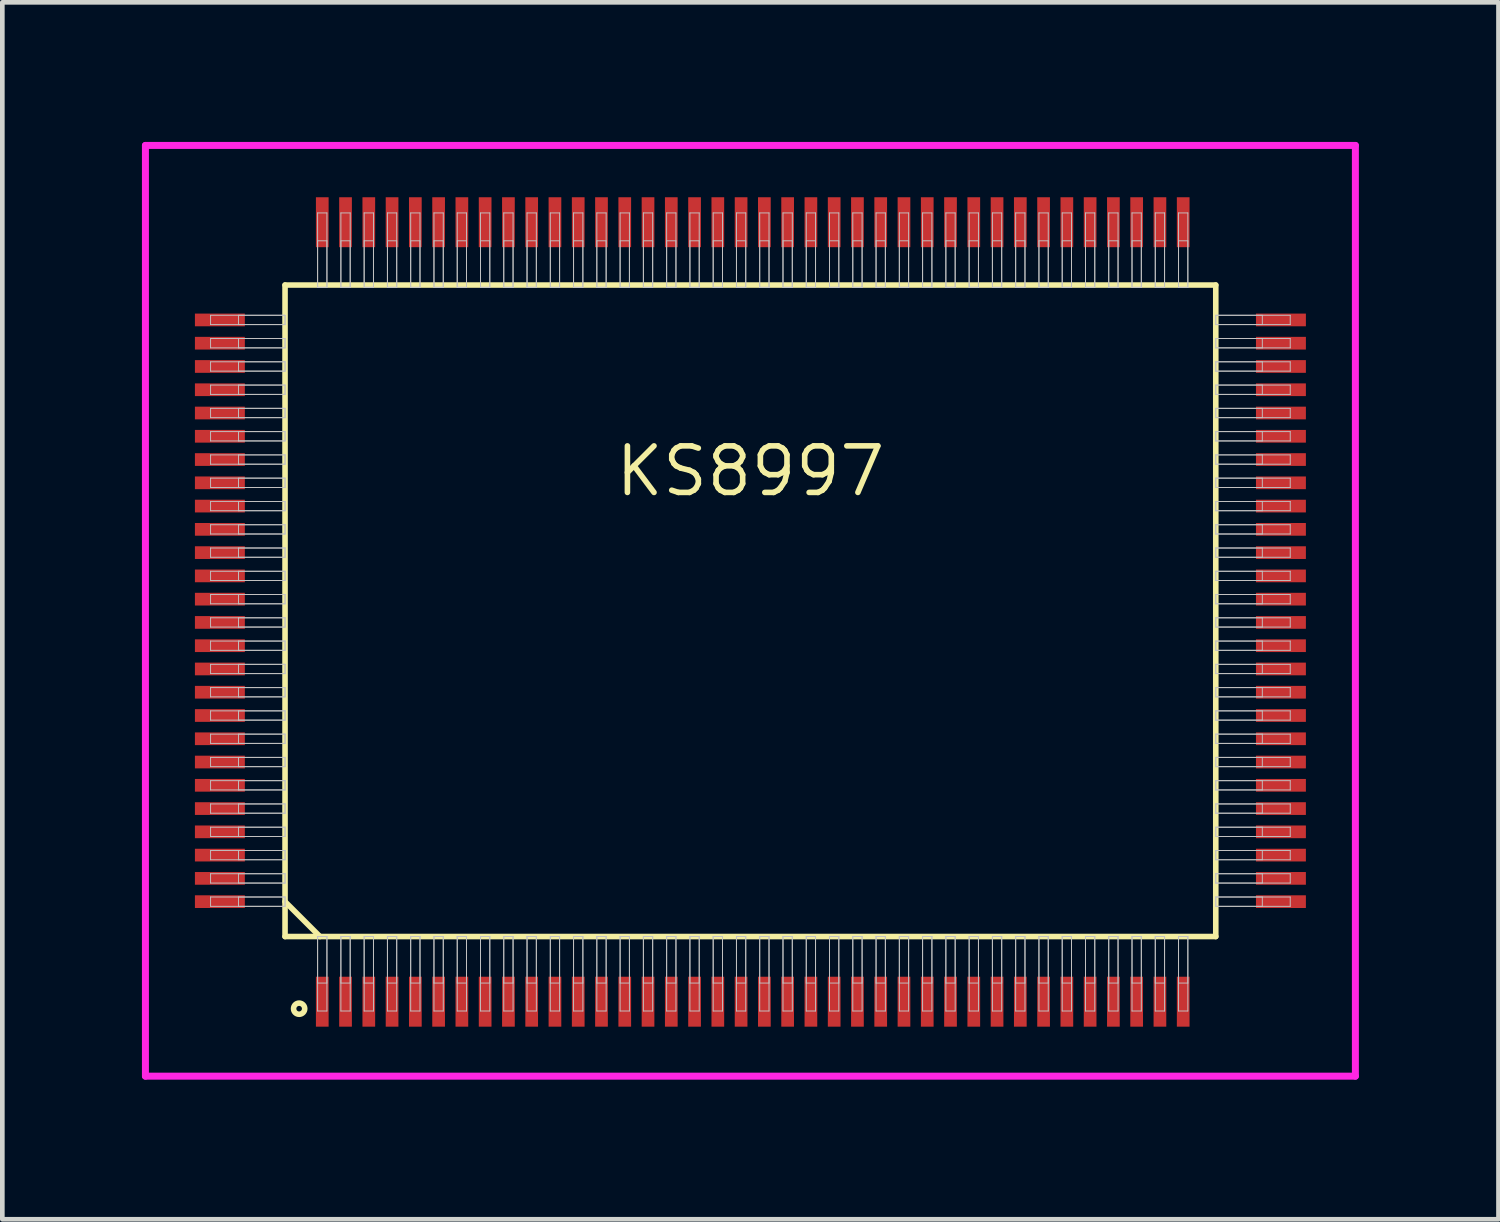
<source format=kicad_pcb>
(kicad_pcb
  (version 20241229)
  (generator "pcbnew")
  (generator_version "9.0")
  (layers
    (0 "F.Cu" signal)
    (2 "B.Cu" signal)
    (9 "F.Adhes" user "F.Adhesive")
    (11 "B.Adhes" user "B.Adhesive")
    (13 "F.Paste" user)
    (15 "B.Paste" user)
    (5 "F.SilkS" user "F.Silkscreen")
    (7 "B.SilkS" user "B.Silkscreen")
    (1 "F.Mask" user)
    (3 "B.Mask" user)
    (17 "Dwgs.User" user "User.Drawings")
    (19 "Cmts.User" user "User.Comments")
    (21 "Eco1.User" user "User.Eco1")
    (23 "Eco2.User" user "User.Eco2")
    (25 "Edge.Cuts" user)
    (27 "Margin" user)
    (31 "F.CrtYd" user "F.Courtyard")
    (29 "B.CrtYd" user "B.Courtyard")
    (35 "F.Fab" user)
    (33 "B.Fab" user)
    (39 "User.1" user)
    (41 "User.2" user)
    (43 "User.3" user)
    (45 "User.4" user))
  (footprint "KS8997"
    (layer "F.Cu")
    (at 13.075 10.075)
    (property "Reference" "KS8997" (at 0 -3 0) (layer "F.SilkS") (effects (font (size 1 1) (thickness 0.12))))
    (attr through_hole)
    (fp_line (start -10 -7) (end -10 7) (stroke (width 0.12) (type solid)) (layer "F.SilkS"))
    (fp_line (start -10 6.25) (end -9.25 7) (stroke (width 0.12) (type solid)) (layer "F.SilkS"))
    (fp_line (start -10 7) (end 10 7) (stroke (width 0.12) (type solid)) (layer "F.SilkS"))
    (fp_line (start 10 -7) (end -10 -7) (stroke (width 0.12) (type solid)) (layer "F.SilkS"))
    (fp_line (start 10 7) (end 10 -7) (stroke (width 0.12) (type solid)) (layer "F.SilkS"))
    (fp_circle (center -9.697 8.55) (end -9.577 8.55) (stroke (width 0.12) (type solid)) (fill no) (layer "F.SilkS"))
    (fp_line (start -11.6 -6.35) (end -11.6 -6.15) (stroke (width 0.02) (type solid)) (layer "Dwgs.User"))
    (fp_line (start -11.6 -6.15) (end -10 -6.15) (stroke (width 0.02) (type solid)) (layer "Dwgs.User"))
    (fp_line (start -11.6 -5.85) (end -11.6 -5.65) (stroke (width 0.02) (type solid)) (layer "Dwgs.User"))
    (fp_line (start -11.6 -5.65) (end -10 -5.65) (stroke (width 0.02) (type solid)) (layer "Dwgs.User"))
    (fp_line (start -11.6 -5.35) (end -11.6 -5.15) (stroke (width 0.02) (type solid)) (layer "Dwgs.User"))
    (fp_line (start -11.6 -5.15) (end -10 -5.15) (stroke (width 0.02) (type solid)) (layer "Dwgs.User"))
    (fp_line (start -11.6 -4.85) (end -11.6 -4.65) (stroke (width 0.02) (type solid)) (layer "Dwgs.User"))
    (fp_line (start -11.6 -4.65) (end -10 -4.65) (stroke (width 0.02) (type solid)) (layer "Dwgs.User"))
    (fp_line (start -11.6 -4.35) (end -11.6 -4.15) (stroke (width 0.02) (type solid)) (layer "Dwgs.User"))
    (fp_line (start -11.6 -4.15) (end -10 -4.15) (stroke (width 0.02) (type solid)) (layer "Dwgs.User"))
    (fp_line (start -11.6 -3.85) (end -11.6 -3.65) (stroke (width 0.02) (type solid)) (layer "Dwgs.User"))
    (fp_line (start -11.6 -3.65) (end -10 -3.65) (stroke (width 0.02) (type solid)) (layer "Dwgs.User"))
    (fp_line (start -11.6 -3.35) (end -11.6 -3.15) (stroke (width 0.02) (type solid)) (layer "Dwgs.User"))
    (fp_line (start -11.6 -3.15) (end -10 -3.15) (stroke (width 0.02) (type solid)) (layer "Dwgs.User"))
    (fp_line (start -11.6 -2.85) (end -11.6 -2.65) (stroke (width 0.02) (type solid)) (layer "Dwgs.User"))
    (fp_line (start -11.6 -2.65) (end -10 -2.65) (stroke (width 0.02) (type solid)) (layer "Dwgs.User"))
    (fp_line (start -11.6 -2.35) (end -11.6 -2.15) (stroke (width 0.02) (type solid)) (layer "Dwgs.User"))
    (fp_line (start -11.6 -2.15) (end -10 -2.15) (stroke (width 0.02) (type solid)) (layer "Dwgs.User"))
    (fp_line (start -11.6 -1.85) (end -11.6 -1.65) (stroke (width 0.02) (type solid)) (layer "Dwgs.User"))
    (fp_line (start -11.6 -1.65) (end -10 -1.65) (stroke (width 0.02) (type solid)) (layer "Dwgs.User"))
    (fp_line (start -11.6 -1.35) (end -11.6 -1.15) (stroke (width 0.02) (type solid)) (layer "Dwgs.User"))
    (fp_line (start -11.6 -1.15) (end -10 -1.15) (stroke (width 0.02) (type solid)) (layer "Dwgs.User"))
    (fp_line (start -11.6 -0.85) (end -11.6 -0.65) (stroke (width 0.02) (type solid)) (layer "Dwgs.User"))
    (fp_line (start -11.6 -0.65) (end -10 -0.65) (stroke (width 0.02) (type solid)) (layer "Dwgs.User"))
    (fp_line (start -11.6 -0.35) (end -11.6 -0.15) (stroke (width 0.02) (type solid)) (layer "Dwgs.User"))
    (fp_line (start -11.6 -0.15) (end -10 -0.15) (stroke (width 0.02) (type solid)) (layer "Dwgs.User"))
    (fp_line (start -11.6 0.15) (end -11.6 0.35) (stroke (width 0.02) (type solid)) (layer "Dwgs.User"))
    (fp_line (start -11.6 0.35) (end -10 0.35) (stroke (width 0.02) (type solid)) (layer "Dwgs.User"))
    (fp_line (start -11.6 0.65) (end -11.6 0.85) (stroke (width 0.02) (type solid)) (layer "Dwgs.User"))
    (fp_line (start -11.6 0.85) (end -10 0.85) (stroke (width 0.02) (type solid)) (layer "Dwgs.User"))
    (fp_line (start -11.6 1.15) (end -11.6 1.35) (stroke (width 0.02) (type solid)) (layer "Dwgs.User"))
    (fp_line (start -11.6 1.35) (end -10 1.35) (stroke (width 0.02) (type solid)) (layer "Dwgs.User"))
    (fp_line (start -11.6 1.65) (end -11.6 1.85) (stroke (width 0.02) (type solid)) (layer "Dwgs.User"))
    (fp_line (start -11.6 1.85) (end -10 1.85) (stroke (width 0.02) (type solid)) (layer "Dwgs.User"))
    (fp_line (start -11.6 2.15) (end -11.6 2.35) (stroke (width 0.02) (type solid)) (layer "Dwgs.User"))
    (fp_line (start -11.6 2.35) (end -10 2.35) (stroke (width 0.02) (type solid)) (layer "Dwgs.User"))
    (fp_line (start -11.6 2.65) (end -11.6 2.85) (stroke (width 0.02) (type solid)) (layer "Dwgs.User"))
    (fp_line (start -11.6 2.85) (end -10 2.85) (stroke (width 0.02) (type solid)) (layer "Dwgs.User"))
    (fp_line (start -11.6 3.15) (end -11.6 3.35) (stroke (width 0.02) (type solid)) (layer "Dwgs.User"))
    (fp_line (start -11.6 3.35) (end -10 3.35) (stroke (width 0.02) (type solid)) (layer "Dwgs.User"))
    (fp_line (start -11.6 3.65) (end -11.6 3.85) (stroke (width 0.02) (type solid)) (layer "Dwgs.User"))
    (fp_line (start -11.6 3.85) (end -10 3.85) (stroke (width 0.02) (type solid)) (layer "Dwgs.User"))
    (fp_line (start -11.6 4.15) (end -11.6 4.35) (stroke (width 0.02) (type solid)) (layer "Dwgs.User"))
    (fp_line (start -11.6 4.35) (end -10 4.35) (stroke (width 0.02) (type solid)) (layer "Dwgs.User"))
    (fp_line (start -11.6 4.65) (end -11.6 4.85) (stroke (width 0.02) (type solid)) (layer "Dwgs.User"))
    (fp_line (start -11.6 4.85) (end -10 4.85) (stroke (width 0.02) (type solid)) (layer "Dwgs.User"))
    (fp_line (start -11.6 5.15) (end -11.6 5.35) (stroke (width 0.02) (type solid)) (layer "Dwgs.User"))
    (fp_line (start -11.6 5.35) (end -10 5.35) (stroke (width 0.02) (type solid)) (layer "Dwgs.User"))
    (fp_line (start -11.6 5.65) (end -11.6 5.85) (stroke (width 0.02) (type solid)) (layer "Dwgs.User"))
    (fp_line (start -11.6 5.85) (end -10 5.85) (stroke (width 0.02) (type solid)) (layer "Dwgs.User"))
    (fp_line (start -11.6 6.15) (end -11.6 6.35) (stroke (width 0.02) (type solid)) (layer "Dwgs.User"))
    (fp_line (start -11.6 6.35) (end -10 6.35) (stroke (width 0.02) (type solid)) (layer "Dwgs.User"))
    (fp_line (start -11 -6.35) (end -11 -6.15) (stroke (width 0.02) (type solid)) (layer "Dwgs.User"))
    (fp_line (start -11 -6.15) (end -10 -6.15) (stroke (width 0.02) (type solid)) (layer "Dwgs.User"))
    (fp_line (start -11 -5.85) (end -11 -5.65) (stroke (width 0.02) (type solid)) (layer "Dwgs.User"))
    (fp_line (start -11 -5.65) (end -10 -5.65) (stroke (width 0.02) (type solid)) (layer "Dwgs.User"))
    (fp_line (start -11 -5.35) (end -11 -5.15) (stroke (width 0.02) (type solid)) (layer "Dwgs.User"))
    (fp_line (start -11 -5.15) (end -10 -5.15) (stroke (width 0.02) (type solid)) (layer "Dwgs.User"))
    (fp_line (start -11 -4.85) (end -11 -4.65) (stroke (width 0.02) (type solid)) (layer "Dwgs.User"))
    (fp_line (start -11 -4.65) (end -10 -4.65) (stroke (width 0.02) (type solid)) (layer "Dwgs.User"))
    (fp_line (start -11 -4.35) (end -11 -4.15) (stroke (width 0.02) (type solid)) (layer "Dwgs.User"))
    (fp_line (start -11 -4.15) (end -10 -4.15) (stroke (width 0.02) (type solid)) (layer "Dwgs.User"))
    (fp_line (start -11 -3.85) (end -11 -3.65) (stroke (width 0.02) (type solid)) (layer "Dwgs.User"))
    (fp_line (start -11 -3.65) (end -10 -3.65) (stroke (width 0.02) (type solid)) (layer "Dwgs.User"))
    (fp_line (start -11 -3.35) (end -11 -3.15) (stroke (width 0.02) (type solid)) (layer "Dwgs.User"))
    (fp_line (start -11 -3.15) (end -10 -3.15) (stroke (width 0.02) (type solid)) (layer "Dwgs.User"))
    (fp_line (start -11 -2.85) (end -11 -2.65) (stroke (width 0.02) (type solid)) (layer "Dwgs.User"))
    (fp_line (start -11 -2.65) (end -10 -2.65) (stroke (width 0.02) (type solid)) (layer "Dwgs.User"))
    (fp_line (start -11 -2.35) (end -11 -2.15) (stroke (width 0.02) (type solid)) (layer "Dwgs.User"))
    (fp_line (start -11 -2.15) (end -10 -2.15) (stroke (width 0.02) (type solid)) (layer "Dwgs.User"))
    (fp_line (start -11 -1.85) (end -11 -1.65) (stroke (width 0.02) (type solid)) (layer "Dwgs.User"))
    (fp_line (start -11 -1.65) (end -10 -1.65) (stroke (width 0.02) (type solid)) (layer "Dwgs.User"))
    (fp_line (start -11 -1.35) (end -11 -1.15) (stroke (width 0.02) (type solid)) (layer "Dwgs.User"))
    (fp_line (start -11 -1.15) (end -10 -1.15) (stroke (width 0.02) (type solid)) (layer "Dwgs.User"))
    (fp_line (start -11 -0.85) (end -11 -0.65) (stroke (width 0.02) (type solid)) (layer "Dwgs.User"))
    (fp_line (start -11 -0.65) (end -10 -0.65) (stroke (width 0.02) (type solid)) (layer "Dwgs.User"))
    (fp_line (start -11 -0.35) (end -11 -0.15) (stroke (width 0.02) (type solid)) (layer "Dwgs.User"))
    (fp_line (start -11 -0.15) (end -10 -0.15) (stroke (width 0.02) (type solid)) (layer "Dwgs.User"))
    (fp_line (start -11 0.15) (end -11 0.35) (stroke (width 0.02) (type solid)) (layer "Dwgs.User"))
    (fp_line (start -11 0.35) (end -10 0.35) (stroke (width 0.02) (type solid)) (layer "Dwgs.User"))
    (fp_line (start -11 0.65) (end -11 0.85) (stroke (width 0.02) (type solid)) (layer "Dwgs.User"))
    (fp_line (start -11 0.85) (end -10 0.85) (stroke (width 0.02) (type solid)) (layer "Dwgs.User"))
    (fp_line (start -11 1.15) (end -11 1.35) (stroke (width 0.02) (type solid)) (layer "Dwgs.User"))
    (fp_line (start -11 1.35) (end -10 1.35) (stroke (width 0.02) (type solid)) (layer "Dwgs.User"))
    (fp_line (start -11 1.65) (end -11 1.85) (stroke (width 0.02) (type solid)) (layer "Dwgs.User"))
    (fp_line (start -11 1.85) (end -10 1.85) (stroke (width 0.02) (type solid)) (layer "Dwgs.User"))
    (fp_line (start -11 2.15) (end -11 2.35) (stroke (width 0.02) (type solid)) (layer "Dwgs.User"))
    (fp_line (start -11 2.35) (end -10 2.35) (stroke (width 0.02) (type solid)) (layer "Dwgs.User"))
    (fp_line (start -11 2.65) (end -11 2.85) (stroke (width 0.02) (type solid)) (layer "Dwgs.User"))
    (fp_line (start -11 2.85) (end -10 2.85) (stroke (width 0.02) (type solid)) (layer "Dwgs.User"))
    (fp_line (start -11 3.15) (end -11 3.35) (stroke (width 0.02) (type solid)) (layer "Dwgs.User"))
    (fp_line (start -11 3.35) (end -10 3.35) (stroke (width 0.02) (type solid)) (layer "Dwgs.User"))
    (fp_line (start -11 3.65) (end -11 3.85) (stroke (width 0.02) (type solid)) (layer "Dwgs.User"))
    (fp_line (start -11 3.85) (end -10 3.85) (stroke (width 0.02) (type solid)) (layer "Dwgs.User"))
    (fp_line (start -11 4.15) (end -11 4.35) (stroke (width 0.02) (type solid)) (layer "Dwgs.User"))
    (fp_line (start -11 4.35) (end -10 4.35) (stroke (width 0.02) (type solid)) (layer "Dwgs.User"))
    (fp_line (start -11 4.65) (end -11 4.85) (stroke (width 0.02) (type solid)) (layer "Dwgs.User"))
    (fp_line (start -11 4.85) (end -10 4.85) (stroke (width 0.02) (type solid)) (layer "Dwgs.User"))
    (fp_line (start -11 5.15) (end -11 5.35) (stroke (width 0.02) (type solid)) (layer "Dwgs.User"))
    (fp_line (start -11 5.35) (end -10 5.35) (stroke (width 0.02) (type solid)) (layer "Dwgs.User"))
    (fp_line (start -11 5.65) (end -11 5.85) (stroke (width 0.02) (type solid)) (layer "Dwgs.User"))
    (fp_line (start -11 5.85) (end -10 5.85) (stroke (width 0.02) (type solid)) (layer "Dwgs.User"))
    (fp_line (start -11 6.15) (end -11 6.35) (stroke (width 0.02) (type solid)) (layer "Dwgs.User"))
    (fp_line (start -11 6.35) (end -10 6.35) (stroke (width 0.02) (type solid)) (layer "Dwgs.User"))
    (fp_line (start -10 -6.35) (end -11.6 -6.35) (stroke (width 0.02) (type solid)) (layer "Dwgs.User"))
    (fp_line (start -10 -6.35) (end -11 -6.35) (stroke (width 0.02) (type solid)) (layer "Dwgs.User"))
    (fp_line (start -10 -6.15) (end -10 -6.35) (stroke (width 0.02) (type solid)) (layer "Dwgs.User"))
    (fp_line (start -10 -6.15) (end -10 -6.35) (stroke (width 0.02) (type solid)) (layer "Dwgs.User"))
    (fp_line (start -10 -5.85) (end -11.6 -5.85) (stroke (width 0.02) (type solid)) (layer "Dwgs.User"))
    (fp_line (start -10 -5.85) (end -11 -5.85) (stroke (width 0.02) (type solid)) (layer "Dwgs.User"))
    (fp_line (start -10 -5.65) (end -10 -5.85) (stroke (width 0.02) (type solid)) (layer "Dwgs.User"))
    (fp_line (start -10 -5.65) (end -10 -5.85) (stroke (width 0.02) (type solid)) (layer "Dwgs.User"))
    (fp_line (start -10 -5.35) (end -11.6 -5.35) (stroke (width 0.02) (type solid)) (layer "Dwgs.User"))
    (fp_line (start -10 -5.35) (end -11 -5.35) (stroke (width 0.02) (type solid)) (layer "Dwgs.User"))
    (fp_line (start -10 -5.15) (end -10 -5.35) (stroke (width 0.02) (type solid)) (layer "Dwgs.User"))
    (fp_line (start -10 -5.15) (end -10 -5.35) (stroke (width 0.02) (type solid)) (layer "Dwgs.User"))
    (fp_line (start -10 -4.85) (end -11.6 -4.85) (stroke (width 0.02) (type solid)) (layer "Dwgs.User"))
    (fp_line (start -10 -4.85) (end -11 -4.85) (stroke (width 0.02) (type solid)) (layer "Dwgs.User"))
    (fp_line (start -10 -4.65) (end -10 -4.85) (stroke (width 0.02) (type solid)) (layer "Dwgs.User"))
    (fp_line (start -10 -4.65) (end -10 -4.85) (stroke (width 0.02) (type solid)) (layer "Dwgs.User"))
    (fp_line (start -10 -4.35) (end -11.6 -4.35) (stroke (width 0.02) (type solid)) (layer "Dwgs.User"))
    (fp_line (start -10 -4.35) (end -11 -4.35) (stroke (width 0.02) (type solid)) (layer "Dwgs.User"))
    (fp_line (start -10 -4.15) (end -10 -4.35) (stroke (width 0.02) (type solid)) (layer "Dwgs.User"))
    (fp_line (start -10 -4.15) (end -10 -4.35) (stroke (width 0.02) (type solid)) (layer "Dwgs.User"))
    (fp_line (start -10 -3.85) (end -11.6 -3.85) (stroke (width 0.02) (type solid)) (layer "Dwgs.User"))
    (fp_line (start -10 -3.85) (end -11 -3.85) (stroke (width 0.02) (type solid)) (layer "Dwgs.User"))
    (fp_line (start -10 -3.65) (end -10 -3.85) (stroke (width 0.02) (type solid)) (layer "Dwgs.User"))
    (fp_line (start -10 -3.65) (end -10 -3.85) (stroke (width 0.02) (type solid)) (layer "Dwgs.User"))
    (fp_line (start -10 -3.35) (end -11.6 -3.35) (stroke (width 0.02) (type solid)) (layer "Dwgs.User"))
    (fp_line (start -10 -3.35) (end -11 -3.35) (stroke (width 0.02) (type solid)) (layer "Dwgs.User"))
    (fp_line (start -10 -3.15) (end -10 -3.35) (stroke (width 0.02) (type solid)) (layer "Dwgs.User"))
    (fp_line (start -10 -3.15) (end -10 -3.35) (stroke (width 0.02) (type solid)) (layer "Dwgs.User"))
    (fp_line (start -10 -2.85) (end -11.6 -2.85) (stroke (width 0.02) (type solid)) (layer "Dwgs.User"))
    (fp_line (start -10 -2.85) (end -11 -2.85) (stroke (width 0.02) (type solid)) (layer "Dwgs.User"))
    (fp_line (start -10 -2.65) (end -10 -2.85) (stroke (width 0.02) (type solid)) (layer "Dwgs.User"))
    (fp_line (start -10 -2.65) (end -10 -2.85) (stroke (width 0.02) (type solid)) (layer "Dwgs.User"))
    (fp_line (start -10 -2.35) (end -11.6 -2.35) (stroke (width 0.02) (type solid)) (layer "Dwgs.User"))
    (fp_line (start -10 -2.35) (end -11 -2.35) (stroke (width 0.02) (type solid)) (layer "Dwgs.User"))
    (fp_line (start -10 -2.15) (end -10 -2.35) (stroke (width 0.02) (type solid)) (layer "Dwgs.User"))
    (fp_line (start -10 -2.15) (end -10 -2.35) (stroke (width 0.02) (type solid)) (layer "Dwgs.User"))
    (fp_line (start -10 -1.85) (end -11.6 -1.85) (stroke (width 0.02) (type solid)) (layer "Dwgs.User"))
    (fp_line (start -10 -1.85) (end -11 -1.85) (stroke (width 0.02) (type solid)) (layer "Dwgs.User"))
    (fp_line (start -10 -1.65) (end -10 -1.85) (stroke (width 0.02) (type solid)) (layer "Dwgs.User"))
    (fp_line (start -10 -1.65) (end -10 -1.85) (stroke (width 0.02) (type solid)) (layer "Dwgs.User"))
    (fp_line (start -10 -1.35) (end -11.6 -1.35) (stroke (width 0.02) (type solid)) (layer "Dwgs.User"))
    (fp_line (start -10 -1.35) (end -11 -1.35) (stroke (width 0.02) (type solid)) (layer "Dwgs.User"))
    (fp_line (start -10 -1.15) (end -10 -1.35) (stroke (width 0.02) (type solid)) (layer "Dwgs.User"))
    (fp_line (start -10 -1.15) (end -10 -1.35) (stroke (width 0.02) (type solid)) (layer "Dwgs.User"))
    (fp_line (start -10 -0.85) (end -11.6 -0.85) (stroke (width 0.02) (type solid)) (layer "Dwgs.User"))
    (fp_line (start -10 -0.85) (end -11 -0.85) (stroke (width 0.02) (type solid)) (layer "Dwgs.User"))
    (fp_line (start -10 -0.65) (end -10 -0.85) (stroke (width 0.02) (type solid)) (layer "Dwgs.User"))
    (fp_line (start -10 -0.65) (end -10 -0.85) (stroke (width 0.02) (type solid)) (layer "Dwgs.User"))
    (fp_line (start -10 -0.35) (end -11.6 -0.35) (stroke (width 0.02) (type solid)) (layer "Dwgs.User"))
    (fp_line (start -10 -0.35) (end -11 -0.35) (stroke (width 0.02) (type solid)) (layer "Dwgs.User"))
    (fp_line (start -10 -0.15) (end -10 -0.35) (stroke (width 0.02) (type solid)) (layer "Dwgs.User"))
    (fp_line (start -10 -0.15) (end -10 -0.35) (stroke (width 0.02) (type solid)) (layer "Dwgs.User"))
    (fp_line (start -10 0.15) (end -11.6 0.15) (stroke (width 0.02) (type solid)) (layer "Dwgs.User"))
    (fp_line (start -10 0.15) (end -11 0.15) (stroke (width 0.02) (type solid)) (layer "Dwgs.User"))
    (fp_line (start -10 0.35) (end -10 0.15) (stroke (width 0.02) (type solid)) (layer "Dwgs.User"))
    (fp_line (start -10 0.35) (end -10 0.15) (stroke (width 0.02) (type solid)) (layer "Dwgs.User"))
    (fp_line (start -10 0.65) (end -11.6 0.65) (stroke (width 0.02) (type solid)) (layer "Dwgs.User"))
    (fp_line (start -10 0.65) (end -11 0.65) (stroke (width 0.02) (type solid)) (layer "Dwgs.User"))
    (fp_line (start -10 0.85) (end -10 0.65) (stroke (width 0.02) (type solid)) (layer "Dwgs.User"))
    (fp_line (start -10 0.85) (end -10 0.65) (stroke (width 0.02) (type solid)) (layer "Dwgs.User"))
    (fp_line (start -10 1.15) (end -11.6 1.15) (stroke (width 0.02) (type solid)) (layer "Dwgs.User"))
    (fp_line (start -10 1.15) (end -11 1.15) (stroke (width 0.02) (type solid)) (layer "Dwgs.User"))
    (fp_line (start -10 1.35) (end -10 1.15) (stroke (width 0.02) (type solid)) (layer "Dwgs.User"))
    (fp_line (start -10 1.35) (end -10 1.15) (stroke (width 0.02) (type solid)) (layer "Dwgs.User"))
    (fp_line (start -10 1.65) (end -11.6 1.65) (stroke (width 0.02) (type solid)) (layer "Dwgs.User"))
    (fp_line (start -10 1.65) (end -11 1.65) (stroke (width 0.02) (type solid)) (layer "Dwgs.User"))
    (fp_line (start -10 1.85) (end -10 1.65) (stroke (width 0.02) (type solid)) (layer "Dwgs.User"))
    (fp_line (start -10 1.85) (end -10 1.65) (stroke (width 0.02) (type solid)) (layer "Dwgs.User"))
    (fp_line (start -10 2.15) (end -11.6 2.15) (stroke (width 0.02) (type solid)) (layer "Dwgs.User"))
    (fp_line (start -10 2.15) (end -11 2.15) (stroke (width 0.02) (type solid)) (layer "Dwgs.User"))
    (fp_line (start -10 2.35) (end -10 2.15) (stroke (width 0.02) (type solid)) (layer "Dwgs.User"))
    (fp_line (start -10 2.35) (end -10 2.15) (stroke (width 0.02) (type solid)) (layer "Dwgs.User"))
    (fp_line (start -10 2.65) (end -11.6 2.65) (stroke (width 0.02) (type solid)) (layer "Dwgs.User"))
    (fp_line (start -10 2.65) (end -11 2.65) (stroke (width 0.02) (type solid)) (layer "Dwgs.User"))
    (fp_line (start -10 2.85) (end -10 2.65) (stroke (width 0.02) (type solid)) (layer "Dwgs.User"))
    (fp_line (start -10 2.85) (end -10 2.65) (stroke (width 0.02) (type solid)) (layer "Dwgs.User"))
    (fp_line (start -10 3.15) (end -11.6 3.15) (stroke (width 0.02) (type solid)) (layer "Dwgs.User"))
    (fp_line (start -10 3.15) (end -11 3.15) (stroke (width 0.02) (type solid)) (layer "Dwgs.User"))
    (fp_line (start -10 3.35) (end -10 3.15) (stroke (width 0.02) (type solid)) (layer "Dwgs.User"))
    (fp_line (start -10 3.35) (end -10 3.15) (stroke (width 0.02) (type solid)) (layer "Dwgs.User"))
    (fp_line (start -10 3.65) (end -11.6 3.65) (stroke (width 0.02) (type solid)) (layer "Dwgs.User"))
    (fp_line (start -10 3.65) (end -11 3.65) (stroke (width 0.02) (type solid)) (layer "Dwgs.User"))
    (fp_line (start -10 3.85) (end -10 3.65) (stroke (width 0.02) (type solid)) (layer "Dwgs.User"))
    (fp_line (start -10 3.85) (end -10 3.65) (stroke (width 0.02) (type solid)) (layer "Dwgs.User"))
    (fp_line (start -10 4.15) (end -11.6 4.15) (stroke (width 0.02) (type solid)) (layer "Dwgs.User"))
    (fp_line (start -10 4.15) (end -11 4.15) (stroke (width 0.02) (type solid)) (layer "Dwgs.User"))
    (fp_line (start -10 4.35) (end -10 4.15) (stroke (width 0.02) (type solid)) (layer "Dwgs.User"))
    (fp_line (start -10 4.35) (end -10 4.15) (stroke (width 0.02) (type solid)) (layer "Dwgs.User"))
    (fp_line (start -10 4.65) (end -11.6 4.65) (stroke (width 0.02) (type solid)) (layer "Dwgs.User"))
    (fp_line (start -10 4.65) (end -11 4.65) (stroke (width 0.02) (type solid)) (layer "Dwgs.User"))
    (fp_line (start -10 4.85) (end -10 4.65) (stroke (width 0.02) (type solid)) (layer "Dwgs.User"))
    (fp_line (start -10 4.85) (end -10 4.65) (stroke (width 0.02) (type solid)) (layer "Dwgs.User"))
    (fp_line (start -10 5.15) (end -11.6 5.15) (stroke (width 0.02) (type solid)) (layer "Dwgs.User"))
    (fp_line (start -10 5.15) (end -11 5.15) (stroke (width 0.02) (type solid)) (layer "Dwgs.User"))
    (fp_line (start -10 5.35) (end -10 5.15) (stroke (width 0.02) (type solid)) (layer "Dwgs.User"))
    (fp_line (start -10 5.35) (end -10 5.15) (stroke (width 0.02) (type solid)) (layer "Dwgs.User"))
    (fp_line (start -10 5.65) (end -11.6 5.65) (stroke (width 0.02) (type solid)) (layer "Dwgs.User"))
    (fp_line (start -10 5.65) (end -11 5.65) (stroke (width 0.02) (type solid)) (layer "Dwgs.User"))
    (fp_line (start -10 5.85) (end -10 5.65) (stroke (width 0.02) (type solid)) (layer "Dwgs.User"))
    (fp_line (start -10 5.85) (end -10 5.65) (stroke (width 0.02) (type solid)) (layer "Dwgs.User"))
    (fp_line (start -10 6.15) (end -11.6 6.15) (stroke (width 0.02) (type solid)) (layer "Dwgs.User"))
    (fp_line (start -10 6.15) (end -11 6.15) (stroke (width 0.02) (type solid)) (layer "Dwgs.User"))
    (fp_line (start -10 6.35) (end -10 6.15) (stroke (width 0.02) (type solid)) (layer "Dwgs.User"))
    (fp_line (start -10 6.35) (end -10 6.15) (stroke (width 0.02) (type solid)) (layer "Dwgs.User"))
    (fp_line (start -9.3 -8.55) (end -9.3 -6.95) (stroke (width 0.02) (type solid)) (layer "Dwgs.User"))
    (fp_line (start -9.3 -7.95) (end -9.3 -6.95) (stroke (width 0.02) (type solid)) (layer "Dwgs.User"))
    (fp_line (start -9.3 -6.95) (end -9.1 -6.95) (stroke (width 0.02) (type solid)) (layer "Dwgs.User"))
    (fp_line (start -9.3 -6.95) (end -9.1 -6.95) (stroke (width 0.02) (type solid)) (layer "Dwgs.User"))
    (fp_line (start -9.3 7) (end -9.1 7) (stroke (width 0.02) (type solid)) (layer "Dwgs.User"))
    (fp_line (start -9.3 7) (end -9.1 7) (stroke (width 0.02) (type solid)) (layer "Dwgs.User"))
    (fp_line (start -9.3 8) (end -9.3 7) (stroke (width 0.02) (type solid)) (layer "Dwgs.User"))
    (fp_line (start -9.3 8.6) (end -9.3 7) (stroke (width 0.02) (type solid)) (layer "Dwgs.User"))
    (fp_line (start -9.1 -8.55) (end -9.3 -8.55) (stroke (width 0.02) (type solid)) (layer "Dwgs.User"))
    (fp_line (start -9.1 -7.95) (end -9.3 -7.95) (stroke (width 0.02) (type solid)) (layer "Dwgs.User"))
    (fp_line (start -9.1 -6.95) (end -9.1 -8.55) (stroke (width 0.02) (type solid)) (layer "Dwgs.User"))
    (fp_line (start -9.1 -6.95) (end -9.1 -7.95) (stroke (width 0.02) (type solid)) (layer "Dwgs.User"))
    (fp_line (start -9.1 7) (end -9.1 8) (stroke (width 0.02) (type solid)) (layer "Dwgs.User"))
    (fp_line (start -9.1 7) (end -9.1 8.6) (stroke (width 0.02) (type solid)) (layer "Dwgs.User"))
    (fp_line (start -9.1 8) (end -9.3 8) (stroke (width 0.02) (type solid)) (layer "Dwgs.User"))
    (fp_line (start -9.1 8.6) (end -9.3 8.6) (stroke (width 0.02) (type solid)) (layer "Dwgs.User"))
    (fp_line (start -8.8 -8.55) (end -8.8 -6.95) (stroke (width 0.02) (type solid)) (layer "Dwgs.User"))
    (fp_line (start -8.8 -7.95) (end -8.8 -6.95) (stroke (width 0.02) (type solid)) (layer "Dwgs.User"))
    (fp_line (start -8.8 -6.95) (end -8.6 -6.95) (stroke (width 0.02) (type solid)) (layer "Dwgs.User"))
    (fp_line (start -8.8 -6.95) (end -8.6 -6.95) (stroke (width 0.02) (type solid)) (layer "Dwgs.User"))
    (fp_line (start -8.8 7) (end -8.6 7) (stroke (width 0.02) (type solid)) (layer "Dwgs.User"))
    (fp_line (start -8.8 7) (end -8.6 7) (stroke (width 0.02) (type solid)) (layer "Dwgs.User"))
    (fp_line (start -8.8 8) (end -8.8 7) (stroke (width 0.02) (type solid)) (layer "Dwgs.User"))
    (fp_line (start -8.8 8.6) (end -8.8 7) (stroke (width 0.02) (type solid)) (layer "Dwgs.User"))
    (fp_line (start -8.6 -8.55) (end -8.8 -8.55) (stroke (width 0.02) (type solid)) (layer "Dwgs.User"))
    (fp_line (start -8.6 -7.95) (end -8.8 -7.95) (stroke (width 0.02) (type solid)) (layer "Dwgs.User"))
    (fp_line (start -8.6 -6.95) (end -8.6 -8.55) (stroke (width 0.02) (type solid)) (layer "Dwgs.User"))
    (fp_line (start -8.6 -6.95) (end -8.6 -7.95) (stroke (width 0.02) (type solid)) (layer "Dwgs.User"))
    (fp_line (start -8.6 7) (end -8.6 8) (stroke (width 0.02) (type solid)) (layer "Dwgs.User"))
    (fp_line (start -8.6 7) (end -8.6 8.6) (stroke (width 0.02) (type solid)) (layer "Dwgs.User"))
    (fp_line (start -8.6 8) (end -8.8 8) (stroke (width 0.02) (type solid)) (layer "Dwgs.User"))
    (fp_line (start -8.6 8.6) (end -8.8 8.6) (stroke (width 0.02) (type solid)) (layer "Dwgs.User"))
    (fp_line (start -8.3 -8.55) (end -8.3 -6.95) (stroke (width 0.02) (type solid)) (layer "Dwgs.User"))
    (fp_line (start -8.3 -7.95) (end -8.3 -6.95) (stroke (width 0.02) (type solid)) (layer "Dwgs.User"))
    (fp_line (start -8.3 -6.95) (end -8.1 -6.95) (stroke (width 0.02) (type solid)) (layer "Dwgs.User"))
    (fp_line (start -8.3 -6.95) (end -8.1 -6.95) (stroke (width 0.02) (type solid)) (layer "Dwgs.User"))
    (fp_line (start -8.3 7) (end -8.1 7) (stroke (width 0.02) (type solid)) (layer "Dwgs.User"))
    (fp_line (start -8.3 7) (end -8.1 7) (stroke (width 0.02) (type solid)) (layer "Dwgs.User"))
    (fp_line (start -8.3 8) (end -8.3 7) (stroke (width 0.02) (type solid)) (layer "Dwgs.User"))
    (fp_line (start -8.3 8.6) (end -8.3 7) (stroke (width 0.02) (type solid)) (layer "Dwgs.User"))
    (fp_line (start -8.1 -8.55) (end -8.3 -8.55) (stroke (width 0.02) (type solid)) (layer "Dwgs.User"))
    (fp_line (start -8.1 -7.95) (end -8.3 -7.95) (stroke (width 0.02) (type solid)) (layer "Dwgs.User"))
    (fp_line (start -8.1 -6.95) (end -8.1 -8.55) (stroke (width 0.02) (type solid)) (layer "Dwgs.User"))
    (fp_line (start -8.1 -6.95) (end -8.1 -7.95) (stroke (width 0.02) (type solid)) (layer "Dwgs.User"))
    (fp_line (start -8.1 7) (end -8.1 8) (stroke (width 0.02) (type solid)) (layer "Dwgs.User"))
    (fp_line (start -8.1 7) (end -8.1 8.6) (stroke (width 0.02) (type solid)) (layer "Dwgs.User"))
    (fp_line (start -8.1 8) (end -8.3 8) (stroke (width 0.02) (type solid)) (layer "Dwgs.User"))
    (fp_line (start -8.1 8.6) (end -8.3 8.6) (stroke (width 0.02) (type solid)) (layer "Dwgs.User"))
    (fp_line (start -7.8 -8.55) (end -7.8 -6.95) (stroke (width 0.02) (type solid)) (layer "Dwgs.User"))
    (fp_line (start -7.8 -7.95) (end -7.8 -6.95) (stroke (width 0.02) (type solid)) (layer "Dwgs.User"))
    (fp_line (start -7.8 -6.95) (end -7.6 -6.95) (stroke (width 0.02) (type solid)) (layer "Dwgs.User"))
    (fp_line (start -7.8 -6.95) (end -7.6 -6.95) (stroke (width 0.02) (type solid)) (layer "Dwgs.User"))
    (fp_line (start -7.8 7) (end -7.6 7) (stroke (width 0.02) (type solid)) (layer "Dwgs.User"))
    (fp_line (start -7.8 7) (end -7.6 7) (stroke (width 0.02) (type solid)) (layer "Dwgs.User"))
    (fp_line (start -7.8 8) (end -7.8 7) (stroke (width 0.02) (type solid)) (layer "Dwgs.User"))
    (fp_line (start -7.8 8.6) (end -7.8 7) (stroke (width 0.02) (type solid)) (layer "Dwgs.User"))
    (fp_line (start -7.6 -8.55) (end -7.8 -8.55) (stroke (width 0.02) (type solid)) (layer "Dwgs.User"))
    (fp_line (start -7.6 -7.95) (end -7.8 -7.95) (stroke (width 0.02) (type solid)) (layer "Dwgs.User"))
    (fp_line (start -7.6 -6.95) (end -7.6 -8.55) (stroke (width 0.02) (type solid)) (layer "Dwgs.User"))
    (fp_line (start -7.6 -6.95) (end -7.6 -7.95) (stroke (width 0.02) (type solid)) (layer "Dwgs.User"))
    (fp_line (start -7.6 7) (end -7.6 8) (stroke (width 0.02) (type solid)) (layer "Dwgs.User"))
    (fp_line (start -7.6 7) (end -7.6 8.6) (stroke (width 0.02) (type solid)) (layer "Dwgs.User"))
    (fp_line (start -7.6 8) (end -7.8 8) (stroke (width 0.02) (type solid)) (layer "Dwgs.User"))
    (fp_line (start -7.6 8.6) (end -7.8 8.6) (stroke (width 0.02) (type solid)) (layer "Dwgs.User"))
    (fp_line (start -7.3 -8.55) (end -7.3 -6.95) (stroke (width 0.02) (type solid)) (layer "Dwgs.User"))
    (fp_line (start -7.3 -7.95) (end -7.3 -6.95) (stroke (width 0.02) (type solid)) (layer "Dwgs.User"))
    (fp_line (start -7.3 -6.95) (end -7.1 -6.95) (stroke (width 0.02) (type solid)) (layer "Dwgs.User"))
    (fp_line (start -7.3 -6.95) (end -7.1 -6.95) (stroke (width 0.02) (type solid)) (layer "Dwgs.User"))
    (fp_line (start -7.3 7) (end -7.1 7) (stroke (width 0.02) (type solid)) (layer "Dwgs.User"))
    (fp_line (start -7.3 7) (end -7.1 7) (stroke (width 0.02) (type solid)) (layer "Dwgs.User"))
    (fp_line (start -7.3 8) (end -7.3 7) (stroke (width 0.02) (type solid)) (layer "Dwgs.User"))
    (fp_line (start -7.3 8.6) (end -7.3 7) (stroke (width 0.02) (type solid)) (layer "Dwgs.User"))
    (fp_line (start -7.1 -8.55) (end -7.3 -8.55) (stroke (width 0.02) (type solid)) (layer "Dwgs.User"))
    (fp_line (start -7.1 -7.95) (end -7.3 -7.95) (stroke (width 0.02) (type solid)) (layer "Dwgs.User"))
    (fp_line (start -7.1 -6.95) (end -7.1 -8.55) (stroke (width 0.02) (type solid)) (layer "Dwgs.User"))
    (fp_line (start -7.1 -6.95) (end -7.1 -7.95) (stroke (width 0.02) (type solid)) (layer "Dwgs.User"))
    (fp_line (start -7.1 7) (end -7.1 8) (stroke (width 0.02) (type solid)) (layer "Dwgs.User"))
    (fp_line (start -7.1 7) (end -7.1 8.6) (stroke (width 0.02) (type solid)) (layer "Dwgs.User"))
    (fp_line (start -7.1 8) (end -7.3 8) (stroke (width 0.02) (type solid)) (layer "Dwgs.User"))
    (fp_line (start -7.1 8.6) (end -7.3 8.6) (stroke (width 0.02) (type solid)) (layer "Dwgs.User"))
    (fp_line (start -6.8 -8.55) (end -6.8 -6.95) (stroke (width 0.02) (type solid)) (layer "Dwgs.User"))
    (fp_line (start -6.8 -7.95) (end -6.8 -6.95) (stroke (width 0.02) (type solid)) (layer "Dwgs.User"))
    (fp_line (start -6.8 -6.95) (end -6.6 -6.95) (stroke (width 0.02) (type solid)) (layer "Dwgs.User"))
    (fp_line (start -6.8 -6.95) (end -6.6 -6.95) (stroke (width 0.02) (type solid)) (layer "Dwgs.User"))
    (fp_line (start -6.8 7) (end -6.6 7) (stroke (width 0.02) (type solid)) (layer "Dwgs.User"))
    (fp_line (start -6.8 7) (end -6.6 7) (stroke (width 0.02) (type solid)) (layer "Dwgs.User"))
    (fp_line (start -6.8 8) (end -6.8 7) (stroke (width 0.02) (type solid)) (layer "Dwgs.User"))
    (fp_line (start -6.8 8.6) (end -6.8 7) (stroke (width 0.02) (type solid)) (layer "Dwgs.User"))
    (fp_line (start -6.6 -8.55) (end -6.8 -8.55) (stroke (width 0.02) (type solid)) (layer "Dwgs.User"))
    (fp_line (start -6.6 -7.95) (end -6.8 -7.95) (stroke (width 0.02) (type solid)) (layer "Dwgs.User"))
    (fp_line (start -6.6 -6.95) (end -6.6 -8.55) (stroke (width 0.02) (type solid)) (layer "Dwgs.User"))
    (fp_line (start -6.6 -6.95) (end -6.6 -7.95) (stroke (width 0.02) (type solid)) (layer "Dwgs.User"))
    (fp_line (start -6.6 7) (end -6.6 8) (stroke (width 0.02) (type solid)) (layer "Dwgs.User"))
    (fp_line (start -6.6 7) (end -6.6 8.6) (stroke (width 0.02) (type solid)) (layer "Dwgs.User"))
    (fp_line (start -6.6 8) (end -6.8 8) (stroke (width 0.02) (type solid)) (layer "Dwgs.User"))
    (fp_line (start -6.6 8.6) (end -6.8 8.6) (stroke (width 0.02) (type solid)) (layer "Dwgs.User"))
    (fp_line (start -6.3 -8.55) (end -6.3 -6.95) (stroke (width 0.02) (type solid)) (layer "Dwgs.User"))
    (fp_line (start -6.3 -7.95) (end -6.3 -6.95) (stroke (width 0.02) (type solid)) (layer "Dwgs.User"))
    (fp_line (start -6.3 -6.95) (end -6.1 -6.95) (stroke (width 0.02) (type solid)) (layer "Dwgs.User"))
    (fp_line (start -6.3 -6.95) (end -6.1 -6.95) (stroke (width 0.02) (type solid)) (layer "Dwgs.User"))
    (fp_line (start -6.3 7) (end -6.1 7) (stroke (width 0.02) (type solid)) (layer "Dwgs.User"))
    (fp_line (start -6.3 7) (end -6.1 7) (stroke (width 0.02) (type solid)) (layer "Dwgs.User"))
    (fp_line (start -6.3 8) (end -6.3 7) (stroke (width 0.02) (type solid)) (layer "Dwgs.User"))
    (fp_line (start -6.3 8.6) (end -6.3 7) (stroke (width 0.02) (type solid)) (layer "Dwgs.User"))
    (fp_line (start -6.1 -8.55) (end -6.3 -8.55) (stroke (width 0.02) (type solid)) (layer "Dwgs.User"))
    (fp_line (start -6.1 -7.95) (end -6.3 -7.95) (stroke (width 0.02) (type solid)) (layer "Dwgs.User"))
    (fp_line (start -6.1 -6.95) (end -6.1 -8.55) (stroke (width 0.02) (type solid)) (layer "Dwgs.User"))
    (fp_line (start -6.1 -6.95) (end -6.1 -7.95) (stroke (width 0.02) (type solid)) (layer "Dwgs.User"))
    (fp_line (start -6.1 7) (end -6.1 8) (stroke (width 0.02) (type solid)) (layer "Dwgs.User"))
    (fp_line (start -6.1 7) (end -6.1 8.6) (stroke (width 0.02) (type solid)) (layer "Dwgs.User"))
    (fp_line (start -6.1 8) (end -6.3 8) (stroke (width 0.02) (type solid)) (layer "Dwgs.User"))
    (fp_line (start -6.1 8.6) (end -6.3 8.6) (stroke (width 0.02) (type solid)) (layer "Dwgs.User"))
    (fp_line (start -5.8 -8.55) (end -5.8 -6.95) (stroke (width 0.02) (type solid)) (layer "Dwgs.User"))
    (fp_line (start -5.8 -7.95) (end -5.8 -6.95) (stroke (width 0.02) (type solid)) (layer "Dwgs.User"))
    (fp_line (start -5.8 -6.95) (end -5.6 -6.95) (stroke (width 0.02) (type solid)) (layer "Dwgs.User"))
    (fp_line (start -5.8 -6.95) (end -5.6 -6.95) (stroke (width 0.02) (type solid)) (layer "Dwgs.User"))
    (fp_line (start -5.8 7) (end -5.6 7) (stroke (width 0.02) (type solid)) (layer "Dwgs.User"))
    (fp_line (start -5.8 7) (end -5.6 7) (stroke (width 0.02) (type solid)) (layer "Dwgs.User"))
    (fp_line (start -5.8 8) (end -5.8 7) (stroke (width 0.02) (type solid)) (layer "Dwgs.User"))
    (fp_line (start -5.8 8.6) (end -5.8 7) (stroke (width 0.02) (type solid)) (layer "Dwgs.User"))
    (fp_line (start -5.6 -8.55) (end -5.8 -8.55) (stroke (width 0.02) (type solid)) (layer "Dwgs.User"))
    (fp_line (start -5.6 -7.95) (end -5.8 -7.95) (stroke (width 0.02) (type solid)) (layer "Dwgs.User"))
    (fp_line (start -5.6 -6.95) (end -5.6 -8.55) (stroke (width 0.02) (type solid)) (layer "Dwgs.User"))
    (fp_line (start -5.6 -6.95) (end -5.6 -7.95) (stroke (width 0.02) (type solid)) (layer "Dwgs.User"))
    (fp_line (start -5.6 7) (end -5.6 8) (stroke (width 0.02) (type solid)) (layer "Dwgs.User"))
    (fp_line (start -5.6 7) (end -5.6 8.6) (stroke (width 0.02) (type solid)) (layer "Dwgs.User"))
    (fp_line (start -5.6 8) (end -5.8 8) (stroke (width 0.02) (type solid)) (layer "Dwgs.User"))
    (fp_line (start -5.6 8.6) (end -5.8 8.6) (stroke (width 0.02) (type solid)) (layer "Dwgs.User"))
    (fp_line (start -5.3 -8.55) (end -5.3 -6.95) (stroke (width 0.02) (type solid)) (layer "Dwgs.User"))
    (fp_line (start -5.3 -7.95) (end -5.3 -6.95) (stroke (width 0.02) (type solid)) (layer "Dwgs.User"))
    (fp_line (start -5.3 -6.95) (end -5.1 -6.95) (stroke (width 0.02) (type solid)) (layer "Dwgs.User"))
    (fp_line (start -5.3 -6.95) (end -5.1 -6.95) (stroke (width 0.02) (type solid)) (layer "Dwgs.User"))
    (fp_line (start -5.3 7) (end -5.1 7) (stroke (width 0.02) (type solid)) (layer "Dwgs.User"))
    (fp_line (start -5.3 7) (end -5.1 7) (stroke (width 0.02) (type solid)) (layer "Dwgs.User"))
    (fp_line (start -5.3 8) (end -5.3 7) (stroke (width 0.02) (type solid)) (layer "Dwgs.User"))
    (fp_line (start -5.3 8.6) (end -5.3 7) (stroke (width 0.02) (type solid)) (layer "Dwgs.User"))
    (fp_line (start -5.1 -8.55) (end -5.3 -8.55) (stroke (width 0.02) (type solid)) (layer "Dwgs.User"))
    (fp_line (start -5.1 -7.95) (end -5.3 -7.95) (stroke (width 0.02) (type solid)) (layer "Dwgs.User"))
    (fp_line (start -5.1 -6.95) (end -5.1 -8.55) (stroke (width 0.02) (type solid)) (layer "Dwgs.User"))
    (fp_line (start -5.1 -6.95) (end -5.1 -7.95) (stroke (width 0.02) (type solid)) (layer "Dwgs.User"))
    (fp_line (start -5.1 7) (end -5.1 8) (stroke (width 0.02) (type solid)) (layer "Dwgs.User"))
    (fp_line (start -5.1 7) (end -5.1 8.6) (stroke (width 0.02) (type solid)) (layer "Dwgs.User"))
    (fp_line (start -5.1 8) (end -5.3 8) (stroke (width 0.02) (type solid)) (layer "Dwgs.User"))
    (fp_line (start -5.1 8.6) (end -5.3 8.6) (stroke (width 0.02) (type solid)) (layer "Dwgs.User"))
    (fp_line (start -4.8 -8.55) (end -4.8 -6.95) (stroke (width 0.02) (type solid)) (layer "Dwgs.User"))
    (fp_line (start -4.8 -7.95) (end -4.8 -6.95) (stroke (width 0.02) (type solid)) (layer "Dwgs.User"))
    (fp_line (start -4.8 -6.95) (end -4.6 -6.95) (stroke (width 0.02) (type solid)) (layer "Dwgs.User"))
    (fp_line (start -4.8 -6.95) (end -4.6 -6.95) (stroke (width 0.02) (type solid)) (layer "Dwgs.User"))
    (fp_line (start -4.8 7) (end -4.6 7) (stroke (width 0.02) (type solid)) (layer "Dwgs.User"))
    (fp_line (start -4.8 7) (end -4.6 7) (stroke (width 0.02) (type solid)) (layer "Dwgs.User"))
    (fp_line (start -4.8 8) (end -4.8 7) (stroke (width 0.02) (type solid)) (layer "Dwgs.User"))
    (fp_line (start -4.8 8.6) (end -4.8 7) (stroke (width 0.02) (type solid)) (layer "Dwgs.User"))
    (fp_line (start -4.6 -8.55) (end -4.8 -8.55) (stroke (width 0.02) (type solid)) (layer "Dwgs.User"))
    (fp_line (start -4.6 -7.95) (end -4.8 -7.95) (stroke (width 0.02) (type solid)) (layer "Dwgs.User"))
    (fp_line (start -4.6 -6.95) (end -4.6 -8.55) (stroke (width 0.02) (type solid)) (layer "Dwgs.User"))
    (fp_line (start -4.6 -6.95) (end -4.6 -7.95) (stroke (width 0.02) (type solid)) (layer "Dwgs.User"))
    (fp_line (start -4.6 7) (end -4.6 8) (stroke (width 0.02) (type solid)) (layer "Dwgs.User"))
    (fp_line (start -4.6 7) (end -4.6 8.6) (stroke (width 0.02) (type solid)) (layer "Dwgs.User"))
    (fp_line (start -4.6 8) (end -4.8 8) (stroke (width 0.02) (type solid)) (layer "Dwgs.User"))
    (fp_line (start -4.6 8.6) (end -4.8 8.6) (stroke (width 0.02) (type solid)) (layer "Dwgs.User"))
    (fp_line (start -4.3 -8.55) (end -4.3 -6.95) (stroke (width 0.02) (type solid)) (layer "Dwgs.User"))
    (fp_line (start -4.3 -7.95) (end -4.3 -6.95) (stroke (width 0.02) (type solid)) (layer "Dwgs.User"))
    (fp_line (start -4.3 -6.95) (end -4.1 -6.95) (stroke (width 0.02) (type solid)) (layer "Dwgs.User"))
    (fp_line (start -4.3 -6.95) (end -4.1 -6.95) (stroke (width 0.02) (type solid)) (layer "Dwgs.User"))
    (fp_line (start -4.3 7) (end -4.1 7) (stroke (width 0.02) (type solid)) (layer "Dwgs.User"))
    (fp_line (start -4.3 7) (end -4.1 7) (stroke (width 0.02) (type solid)) (layer "Dwgs.User"))
    (fp_line (start -4.3 8) (end -4.3 7) (stroke (width 0.02) (type solid)) (layer "Dwgs.User"))
    (fp_line (start -4.3 8.6) (end -4.3 7) (stroke (width 0.02) (type solid)) (layer "Dwgs.User"))
    (fp_line (start -4.1 -8.55) (end -4.3 -8.55) (stroke (width 0.02) (type solid)) (layer "Dwgs.User"))
    (fp_line (start -4.1 -7.95) (end -4.3 -7.95) (stroke (width 0.02) (type solid)) (layer "Dwgs.User"))
    (fp_line (start -4.1 -6.95) (end -4.1 -8.55) (stroke (width 0.02) (type solid)) (layer "Dwgs.User"))
    (fp_line (start -4.1 -6.95) (end -4.1 -7.95) (stroke (width 0.02) (type solid)) (layer "Dwgs.User"))
    (fp_line (start -4.1 7) (end -4.1 8) (stroke (width 0.02) (type solid)) (layer "Dwgs.User"))
    (fp_line (start -4.1 7) (end -4.1 8.6) (stroke (width 0.02) (type solid)) (layer "Dwgs.User"))
    (fp_line (start -4.1 8) (end -4.3 8) (stroke (width 0.02) (type solid)) (layer "Dwgs.User"))
    (fp_line (start -4.1 8.6) (end -4.3 8.6) (stroke (width 0.02) (type solid)) (layer "Dwgs.User"))
    (fp_line (start -3.8 -8.55) (end -3.8 -6.95) (stroke (width 0.02) (type solid)) (layer "Dwgs.User"))
    (fp_line (start -3.8 -7.95) (end -3.8 -6.95) (stroke (width 0.02) (type solid)) (layer "Dwgs.User"))
    (fp_line (start -3.8 -6.95) (end -3.6 -6.95) (stroke (width 0.02) (type solid)) (layer "Dwgs.User"))
    (fp_line (start -3.8 -6.95) (end -3.6 -6.95) (stroke (width 0.02) (type solid)) (layer "Dwgs.User"))
    (fp_line (start -3.8 7) (end -3.6 7) (stroke (width 0.02) (type solid)) (layer "Dwgs.User"))
    (fp_line (start -3.8 7) (end -3.6 7) (stroke (width 0.02) (type solid)) (layer "Dwgs.User"))
    (fp_line (start -3.8 8) (end -3.8 7) (stroke (width 0.02) (type solid)) (layer "Dwgs.User"))
    (fp_line (start -3.8 8.6) (end -3.8 7) (stroke (width 0.02) (type solid)) (layer "Dwgs.User"))
    (fp_line (start -3.6 -8.55) (end -3.8 -8.55) (stroke (width 0.02) (type solid)) (layer "Dwgs.User"))
    (fp_line (start -3.6 -7.95) (end -3.8 -7.95) (stroke (width 0.02) (type solid)) (layer "Dwgs.User"))
    (fp_line (start -3.6 -6.95) (end -3.6 -8.55) (stroke (width 0.02) (type solid)) (layer "Dwgs.User"))
    (fp_line (start -3.6 -6.95) (end -3.6 -7.95) (stroke (width 0.02) (type solid)) (layer "Dwgs.User"))
    (fp_line (start -3.6 7) (end -3.6 8) (stroke (width 0.02) (type solid)) (layer "Dwgs.User"))
    (fp_line (start -3.6 7) (end -3.6 8.6) (stroke (width 0.02) (type solid)) (layer "Dwgs.User"))
    (fp_line (start -3.6 8) (end -3.8 8) (stroke (width 0.02) (type solid)) (layer "Dwgs.User"))
    (fp_line (start -3.6 8.6) (end -3.8 8.6) (stroke (width 0.02) (type solid)) (layer "Dwgs.User"))
    (fp_line (start -3.3 -8.55) (end -3.3 -6.95) (stroke (width 0.02) (type solid)) (layer "Dwgs.User"))
    (fp_line (start -3.3 -7.95) (end -3.3 -6.95) (stroke (width 0.02) (type solid)) (layer "Dwgs.User"))
    (fp_line (start -3.3 -6.95) (end -3.1 -6.95) (stroke (width 0.02) (type solid)) (layer "Dwgs.User"))
    (fp_line (start -3.3 -6.95) (end -3.1 -6.95) (stroke (width 0.02) (type solid)) (layer "Dwgs.User"))
    (fp_line (start -3.3 7) (end -3.1 7) (stroke (width 0.02) (type solid)) (layer "Dwgs.User"))
    (fp_line (start -3.3 7) (end -3.1 7) (stroke (width 0.02) (type solid)) (layer "Dwgs.User"))
    (fp_line (start -3.3 8) (end -3.3 7) (stroke (width 0.02) (type solid)) (layer "Dwgs.User"))
    (fp_line (start -3.3 8.6) (end -3.3 7) (stroke (width 0.02) (type solid)) (layer "Dwgs.User"))
    (fp_line (start -3.1 -8.55) (end -3.3 -8.55) (stroke (width 0.02) (type solid)) (layer "Dwgs.User"))
    (fp_line (start -3.1 -7.95) (end -3.3 -7.95) (stroke (width 0.02) (type solid)) (layer "Dwgs.User"))
    (fp_line (start -3.1 -6.95) (end -3.1 -8.55) (stroke (width 0.02) (type solid)) (layer "Dwgs.User"))
    (fp_line (start -3.1 -6.95) (end -3.1 -7.95) (stroke (width 0.02) (type solid)) (layer "Dwgs.User"))
    (fp_line (start -3.1 7) (end -3.1 8) (stroke (width 0.02) (type solid)) (layer "Dwgs.User"))
    (fp_line (start -3.1 7) (end -3.1 8.6) (stroke (width 0.02) (type solid)) (layer "Dwgs.User"))
    (fp_line (start -3.1 8) (end -3.3 8) (stroke (width 0.02) (type solid)) (layer "Dwgs.User"))
    (fp_line (start -3.1 8.6) (end -3.3 8.6) (stroke (width 0.02) (type solid)) (layer "Dwgs.User"))
    (fp_line (start -2.8 -8.55) (end -2.8 -6.95) (stroke (width 0.02) (type solid)) (layer "Dwgs.User"))
    (fp_line (start -2.8 -7.95) (end -2.8 -6.95) (stroke (width 0.02) (type solid)) (layer "Dwgs.User"))
    (fp_line (start -2.8 -6.95) (end -2.6 -6.95) (stroke (width 0.02) (type solid)) (layer "Dwgs.User"))
    (fp_line (start -2.8 -6.95) (end -2.6 -6.95) (stroke (width 0.02) (type solid)) (layer "Dwgs.User"))
    (fp_line (start -2.8 7) (end -2.6 7) (stroke (width 0.02) (type solid)) (layer "Dwgs.User"))
    (fp_line (start -2.8 7) (end -2.6 7) (stroke (width 0.02) (type solid)) (layer "Dwgs.User"))
    (fp_line (start -2.8 8) (end -2.8 7) (stroke (width 0.02) (type solid)) (layer "Dwgs.User"))
    (fp_line (start -2.8 8.6) (end -2.8 7) (stroke (width 0.02) (type solid)) (layer "Dwgs.User"))
    (fp_line (start -2.6 -8.55) (end -2.8 -8.55) (stroke (width 0.02) (type solid)) (layer "Dwgs.User"))
    (fp_line (start -2.6 -7.95) (end -2.8 -7.95) (stroke (width 0.02) (type solid)) (layer "Dwgs.User"))
    (fp_line (start -2.6 -6.95) (end -2.6 -8.55) (stroke (width 0.02) (type solid)) (layer "Dwgs.User"))
    (fp_line (start -2.6 -6.95) (end -2.6 -7.95) (stroke (width 0.02) (type solid)) (layer "Dwgs.User"))
    (fp_line (start -2.6 7) (end -2.6 8) (stroke (width 0.02) (type solid)) (layer "Dwgs.User"))
    (fp_line (start -2.6 7) (end -2.6 8.6) (stroke (width 0.02) (type solid)) (layer "Dwgs.User"))
    (fp_line (start -2.6 8) (end -2.8 8) (stroke (width 0.02) (type solid)) (layer "Dwgs.User"))
    (fp_line (start -2.6 8.6) (end -2.8 8.6) (stroke (width 0.02) (type solid)) (layer "Dwgs.User"))
    (fp_line (start -2.3 -8.55) (end -2.3 -6.95) (stroke (width 0.02) (type solid)) (layer "Dwgs.User"))
    (fp_line (start -2.3 -7.95) (end -2.3 -6.95) (stroke (width 0.02) (type solid)) (layer "Dwgs.User"))
    (fp_line (start -2.3 -6.95) (end -2.1 -6.95) (stroke (width 0.02) (type solid)) (layer "Dwgs.User"))
    (fp_line (start -2.3 -6.95) (end -2.1 -6.95) (stroke (width 0.02) (type solid)) (layer "Dwgs.User"))
    (fp_line (start -2.3 7) (end -2.1 7) (stroke (width 0.02) (type solid)) (layer "Dwgs.User"))
    (fp_line (start -2.3 7) (end -2.1 7) (stroke (width 0.02) (type solid)) (layer "Dwgs.User"))
    (fp_line (start -2.3 8) (end -2.3 7) (stroke (width 0.02) (type solid)) (layer "Dwgs.User"))
    (fp_line (start -2.3 8.6) (end -2.3 7) (stroke (width 0.02) (type solid)) (layer "Dwgs.User"))
    (fp_line (start -2.1 -8.55) (end -2.3 -8.55) (stroke (width 0.02) (type solid)) (layer "Dwgs.User"))
    (fp_line (start -2.1 -7.95) (end -2.3 -7.95) (stroke (width 0.02) (type solid)) (layer "Dwgs.User"))
    (fp_line (start -2.1 -6.95) (end -2.1 -8.55) (stroke (width 0.02) (type solid)) (layer "Dwgs.User"))
    (fp_line (start -2.1 -6.95) (end -2.1 -7.95) (stroke (width 0.02) (type solid)) (layer "Dwgs.User"))
    (fp_line (start -2.1 7) (end -2.1 8) (stroke (width 0.02) (type solid)) (layer "Dwgs.User"))
    (fp_line (start -2.1 7) (end -2.1 8.6) (stroke (width 0.02) (type solid)) (layer "Dwgs.User"))
    (fp_line (start -2.1 8) (end -2.3 8) (stroke (width 0.02) (type solid)) (layer "Dwgs.User"))
    (fp_line (start -2.1 8.6) (end -2.3 8.6) (stroke (width 0.02) (type solid)) (layer "Dwgs.User"))
    (fp_line (start -1.8 -8.55) (end -1.8 -6.95) (stroke (width 0.02) (type solid)) (layer "Dwgs.User"))
    (fp_line (start -1.8 -7.95) (end -1.8 -6.95) (stroke (width 0.02) (type solid)) (layer "Dwgs.User"))
    (fp_line (start -1.8 -6.95) (end -1.6 -6.95) (stroke (width 0.02) (type solid)) (layer "Dwgs.User"))
    (fp_line (start -1.8 -6.95) (end -1.6 -6.95) (stroke (width 0.02) (type solid)) (layer "Dwgs.User"))
    (fp_line (start -1.8 7) (end -1.6 7) (stroke (width 0.02) (type solid)) (layer "Dwgs.User"))
    (fp_line (start -1.8 7) (end -1.6 7) (stroke (width 0.02) (type solid)) (layer "Dwgs.User"))
    (fp_line (start -1.8 8) (end -1.8 7) (stroke (width 0.02) (type solid)) (layer "Dwgs.User"))
    (fp_line (start -1.8 8.6) (end -1.8 7) (stroke (width 0.02) (type solid)) (layer "Dwgs.User"))
    (fp_line (start -1.6 -8.55) (end -1.8 -8.55) (stroke (width 0.02) (type solid)) (layer "Dwgs.User"))
    (fp_line (start -1.6 -7.95) (end -1.8 -7.95) (stroke (width 0.02) (type solid)) (layer "Dwgs.User"))
    (fp_line (start -1.6 -6.95) (end -1.6 -8.55) (stroke (width 0.02) (type solid)) (layer "Dwgs.User"))
    (fp_line (start -1.6 -6.95) (end -1.6 -7.95) (stroke (width 0.02) (type solid)) (layer "Dwgs.User"))
    (fp_line (start -1.6 7) (end -1.6 8) (stroke (width 0.02) (type solid)) (layer "Dwgs.User"))
    (fp_line (start -1.6 7) (end -1.6 8.6) (stroke (width 0.02) (type solid)) (layer "Dwgs.User"))
    (fp_line (start -1.6 8) (end -1.8 8) (stroke (width 0.02) (type solid)) (layer "Dwgs.User"))
    (fp_line (start -1.6 8.6) (end -1.8 8.6) (stroke (width 0.02) (type solid)) (layer "Dwgs.User"))
    (fp_line (start -1.3 -8.55) (end -1.3 -6.95) (stroke (width 0.02) (type solid)) (layer "Dwgs.User"))
    (fp_line (start -1.3 -7.95) (end -1.3 -6.95) (stroke (width 0.02) (type solid)) (layer "Dwgs.User"))
    (fp_line (start -1.3 -6.95) (end -1.1 -6.95) (stroke (width 0.02) (type solid)) (layer "Dwgs.User"))
    (fp_line (start -1.3 -6.95) (end -1.1 -6.95) (stroke (width 0.02) (type solid)) (layer "Dwgs.User"))
    (fp_line (start -1.3 7) (end -1.1 7) (stroke (width 0.02) (type solid)) (layer "Dwgs.User"))
    (fp_line (start -1.3 7) (end -1.1 7) (stroke (width 0.02) (type solid)) (layer "Dwgs.User"))
    (fp_line (start -1.3 8) (end -1.3 7) (stroke (width 0.02) (type solid)) (layer "Dwgs.User"))
    (fp_line (start -1.3 8.6) (end -1.3 7) (stroke (width 0.02) (type solid)) (layer "Dwgs.User"))
    (fp_line (start -1.1 -8.55) (end -1.3 -8.55) (stroke (width 0.02) (type solid)) (layer "Dwgs.User"))
    (fp_line (start -1.1 -7.95) (end -1.3 -7.95) (stroke (width 0.02) (type solid)) (layer "Dwgs.User"))
    (fp_line (start -1.1 -6.95) (end -1.1 -8.55) (stroke (width 0.02) (type solid)) (layer "Dwgs.User"))
    (fp_line (start -1.1 -6.95) (end -1.1 -7.95) (stroke (width 0.02) (type solid)) (layer "Dwgs.User"))
    (fp_line (start -1.1 7) (end -1.1 8) (stroke (width 0.02) (type solid)) (layer "Dwgs.User"))
    (fp_line (start -1.1 7) (end -1.1 8.6) (stroke (width 0.02) (type solid)) (layer "Dwgs.User"))
    (fp_line (start -1.1 8) (end -1.3 8) (stroke (width 0.02) (type solid)) (layer "Dwgs.User"))
    (fp_line (start -1.1 8.6) (end -1.3 8.6) (stroke (width 0.02) (type solid)) (layer "Dwgs.User"))
    (fp_line (start -0.8 -8.55) (end -0.8 -6.95) (stroke (width 0.02) (type solid)) (layer "Dwgs.User"))
    (fp_line (start -0.8 -7.95) (end -0.8 -6.95) (stroke (width 0.02) (type solid)) (layer "Dwgs.User"))
    (fp_line (start -0.8 -6.95) (end -0.6 -6.95) (stroke (width 0.02) (type solid)) (layer "Dwgs.User"))
    (fp_line (start -0.8 -6.95) (end -0.6 -6.95) (stroke (width 0.02) (type solid)) (layer "Dwgs.User"))
    (fp_line (start -0.8 7) (end -0.6 7) (stroke (width 0.02) (type solid)) (layer "Dwgs.User"))
    (fp_line (start -0.8 7) (end -0.6 7) (stroke (width 0.02) (type solid)) (layer "Dwgs.User"))
    (fp_line (start -0.8 8) (end -0.8 7) (stroke (width 0.02) (type solid)) (layer "Dwgs.User"))
    (fp_line (start -0.8 8.6) (end -0.8 7) (stroke (width 0.02) (type solid)) (layer "Dwgs.User"))
    (fp_line (start -0.6 -8.55) (end -0.8 -8.55) (stroke (width 0.02) (type solid)) (layer "Dwgs.User"))
    (fp_line (start -0.6 -7.95) (end -0.8 -7.95) (stroke (width 0.02) (type solid)) (layer "Dwgs.User"))
    (fp_line (start -0.6 -6.95) (end -0.6 -8.55) (stroke (width 0.02) (type solid)) (layer "Dwgs.User"))
    (fp_line (start -0.6 -6.95) (end -0.6 -7.95) (stroke (width 0.02) (type solid)) (layer "Dwgs.User"))
    (fp_line (start -0.6 7) (end -0.6 8) (stroke (width 0.02) (type solid)) (layer "Dwgs.User"))
    (fp_line (start -0.6 7) (end -0.6 8.6) (stroke (width 0.02) (type solid)) (layer "Dwgs.User"))
    (fp_line (start -0.6 8) (end -0.8 8) (stroke (width 0.02) (type solid)) (layer "Dwgs.User"))
    (fp_line (start -0.6 8.6) (end -0.8 8.6) (stroke (width 0.02) (type solid)) (layer "Dwgs.User"))
    (fp_line (start -0.3 -8.55) (end -0.3 -6.95) (stroke (width 0.02) (type solid)) (layer "Dwgs.User"))
    (fp_line (start -0.3 -7.95) (end -0.3 -6.95) (stroke (width 0.02) (type solid)) (layer "Dwgs.User"))
    (fp_line (start -0.3 -6.95) (end -0.1 -6.95) (stroke (width 0.02) (type solid)) (layer "Dwgs.User"))
    (fp_line (start -0.3 -6.95) (end -0.1 -6.95) (stroke (width 0.02) (type solid)) (layer "Dwgs.User"))
    (fp_line (start -0.3 7) (end -0.1 7) (stroke (width 0.02) (type solid)) (layer "Dwgs.User"))
    (fp_line (start -0.3 7) (end -0.1 7) (stroke (width 0.02) (type solid)) (layer "Dwgs.User"))
    (fp_line (start -0.3 8) (end -0.3 7) (stroke (width 0.02) (type solid)) (layer "Dwgs.User"))
    (fp_line (start -0.3 8.6) (end -0.3 7) (stroke (width 0.02) (type solid)) (layer "Dwgs.User"))
    (fp_line (start -0.1 -8.55) (end -0.3 -8.55) (stroke (width 0.02) (type solid)) (layer "Dwgs.User"))
    (fp_line (start -0.1 -7.95) (end -0.3 -7.95) (stroke (width 0.02) (type solid)) (layer "Dwgs.User"))
    (fp_line (start -0.1 -6.95) (end -0.1 -8.55) (stroke (width 0.02) (type solid)) (layer "Dwgs.User"))
    (fp_line (start -0.1 -6.95) (end -0.1 -7.95) (stroke (width 0.02) (type solid)) (layer "Dwgs.User"))
    (fp_line (start -0.1 7) (end -0.1 8) (stroke (width 0.02) (type solid)) (layer "Dwgs.User"))
    (fp_line (start -0.1 7) (end -0.1 8.6) (stroke (width 0.02) (type solid)) (layer "Dwgs.User"))
    (fp_line (start -0.1 8) (end -0.3 8) (stroke (width 0.02) (type solid)) (layer "Dwgs.User"))
    (fp_line (start -0.1 8.6) (end -0.3 8.6) (stroke (width 0.02) (type solid)) (layer "Dwgs.User"))
    (fp_line (start 0.2 -8.55) (end 0.2 -6.95) (stroke (width 0.02) (type solid)) (layer "Dwgs.User"))
    (fp_line (start 0.2 -7.95) (end 0.2 -6.95) (stroke (width 0.02) (type solid)) (layer "Dwgs.User"))
    (fp_line (start 0.2 -6.95) (end 0.4 -6.95) (stroke (width 0.02) (type solid)) (layer "Dwgs.User"))
    (fp_line (start 0.2 -6.95) (end 0.4 -6.95) (stroke (width 0.02) (type solid)) (layer "Dwgs.User"))
    (fp_line (start 0.2 7) (end 0.4 7) (stroke (width 0.02) (type solid)) (layer "Dwgs.User"))
    (fp_line (start 0.2 7) (end 0.4 7) (stroke (width 0.02) (type solid)) (layer "Dwgs.User"))
    (fp_line (start 0.2 8) (end 0.2 7) (stroke (width 0.02) (type solid)) (layer "Dwgs.User"))
    (fp_line (start 0.2 8.6) (end 0.2 7) (stroke (width 0.02) (type solid)) (layer "Dwgs.User"))
    (fp_line (start 0.4 -8.55) (end 0.2 -8.55) (stroke (width 0.02) (type solid)) (layer "Dwgs.User"))
    (fp_line (start 0.4 -7.95) (end 0.2 -7.95) (stroke (width 0.02) (type solid)) (layer "Dwgs.User"))
    (fp_line (start 0.4 -6.95) (end 0.4 -8.55) (stroke (width 0.02) (type solid)) (layer "Dwgs.User"))
    (fp_line (start 0.4 -6.95) (end 0.4 -7.95) (stroke (width 0.02) (type solid)) (layer "Dwgs.User"))
    (fp_line (start 0.4 7) (end 0.4 8) (stroke (width 0.02) (type solid)) (layer "Dwgs.User"))
    (fp_line (start 0.4 7) (end 0.4 8.6) (stroke (width 0.02) (type solid)) (layer "Dwgs.User"))
    (fp_line (start 0.4 8) (end 0.2 8) (stroke (width 0.02) (type solid)) (layer "Dwgs.User"))
    (fp_line (start 0.4 8.6) (end 0.2 8.6) (stroke (width 0.02) (type solid)) (layer "Dwgs.User"))
    (fp_line (start 0.7 -8.55) (end 0.7 -6.95) (stroke (width 0.02) (type solid)) (layer "Dwgs.User"))
    (fp_line (start 0.7 -7.95) (end 0.7 -6.95) (stroke (width 0.02) (type solid)) (layer "Dwgs.User"))
    (fp_line (start 0.7 -6.95) (end 0.9 -6.95) (stroke (width 0.02) (type solid)) (layer "Dwgs.User"))
    (fp_line (start 0.7 -6.95) (end 0.9 -6.95) (stroke (width 0.02) (type solid)) (layer "Dwgs.User"))
    (fp_line (start 0.7 7) (end 0.9 7) (stroke (width 0.02) (type solid)) (layer "Dwgs.User"))
    (fp_line (start 0.7 7) (end 0.9 7) (stroke (width 0.02) (type solid)) (layer "Dwgs.User"))
    (fp_line (start 0.7 8) (end 0.7 7) (stroke (width 0.02) (type solid)) (layer "Dwgs.User"))
    (fp_line (start 0.7 8.6) (end 0.7 7) (stroke (width 0.02) (type solid)) (layer "Dwgs.User"))
    (fp_line (start 0.9 -8.55) (end 0.7 -8.55) (stroke (width 0.02) (type solid)) (layer "Dwgs.User"))
    (fp_line (start 0.9 -7.95) (end 0.7 -7.95) (stroke (width 0.02) (type solid)) (layer "Dwgs.User"))
    (fp_line (start 0.9 -6.95) (end 0.9 -8.55) (stroke (width 0.02) (type solid)) (layer "Dwgs.User"))
    (fp_line (start 0.9 -6.95) (end 0.9 -7.95) (stroke (width 0.02) (type solid)) (layer "Dwgs.User"))
    (fp_line (start 0.9 7) (end 0.9 8) (stroke (width 0.02) (type solid)) (layer "Dwgs.User"))
    (fp_line (start 0.9 7) (end 0.9 8.6) (stroke (width 0.02) (type solid)) (layer "Dwgs.User"))
    (fp_line (start 0.9 8) (end 0.7 8) (stroke (width 0.02) (type solid)) (layer "Dwgs.User"))
    (fp_line (start 0.9 8.6) (end 0.7 8.6) (stroke (width 0.02) (type solid)) (layer "Dwgs.User"))
    (fp_line (start 1.2 -8.55) (end 1.2 -6.95) (stroke (width 0.02) (type solid)) (layer "Dwgs.User"))
    (fp_line (start 1.2 -7.95) (end 1.2 -6.95) (stroke (width 0.02) (type solid)) (layer "Dwgs.User"))
    (fp_line (start 1.2 -6.95) (end 1.4 -6.95) (stroke (width 0.02) (type solid)) (layer "Dwgs.User"))
    (fp_line (start 1.2 -6.95) (end 1.4 -6.95) (stroke (width 0.02) (type solid)) (layer "Dwgs.User"))
    (fp_line (start 1.2 7) (end 1.4 7) (stroke (width 0.02) (type solid)) (layer "Dwgs.User"))
    (fp_line (start 1.2 7) (end 1.4 7) (stroke (width 0.02) (type solid)) (layer "Dwgs.User"))
    (fp_line (start 1.2 8) (end 1.2 7) (stroke (width 0.02) (type solid)) (layer "Dwgs.User"))
    (fp_line (start 1.2 8.6) (end 1.2 7) (stroke (width 0.02) (type solid)) (layer "Dwgs.User"))
    (fp_line (start 1.4 -8.55) (end 1.2 -8.55) (stroke (width 0.02) (type solid)) (layer "Dwgs.User"))
    (fp_line (start 1.4 -7.95) (end 1.2 -7.95) (stroke (width 0.02) (type solid)) (layer "Dwgs.User"))
    (fp_line (start 1.4 -6.95) (end 1.4 -8.55) (stroke (width 0.02) (type solid)) (layer "Dwgs.User"))
    (fp_line (start 1.4 -6.95) (end 1.4 -7.95) (stroke (width 0.02) (type solid)) (layer "Dwgs.User"))
    (fp_line (start 1.4 7) (end 1.4 8) (stroke (width 0.02) (type solid)) (layer "Dwgs.User"))
    (fp_line (start 1.4 7) (end 1.4 8.6) (stroke (width 0.02) (type solid)) (layer "Dwgs.User"))
    (fp_line (start 1.4 8) (end 1.2 8) (stroke (width 0.02) (type solid)) (layer "Dwgs.User"))
    (fp_line (start 1.4 8.6) (end 1.2 8.6) (stroke (width 0.02) (type solid)) (layer "Dwgs.User"))
    (fp_line (start 1.7 -8.55) (end 1.7 -6.95) (stroke (width 0.02) (type solid)) (layer "Dwgs.User"))
    (fp_line (start 1.7 -7.95) (end 1.7 -6.95) (stroke (width 0.02) (type solid)) (layer "Dwgs.User"))
    (fp_line (start 1.7 -6.95) (end 1.9 -6.95) (stroke (width 0.02) (type solid)) (layer "Dwgs.User"))
    (fp_line (start 1.7 -6.95) (end 1.9 -6.95) (stroke (width 0.02) (type solid)) (layer "Dwgs.User"))
    (fp_line (start 1.7 7) (end 1.9 7) (stroke (width 0.02) (type solid)) (layer "Dwgs.User"))
    (fp_line (start 1.7 7) (end 1.9 7) (stroke (width 0.02) (type solid)) (layer "Dwgs.User"))
    (fp_line (start 1.7 8) (end 1.7 7) (stroke (width 0.02) (type solid)) (layer "Dwgs.User"))
    (fp_line (start 1.7 8.6) (end 1.7 7) (stroke (width 0.02) (type solid)) (layer "Dwgs.User"))
    (fp_line (start 1.9 -8.55) (end 1.7 -8.55) (stroke (width 0.02) (type solid)) (layer "Dwgs.User"))
    (fp_line (start 1.9 -7.95) (end 1.7 -7.95) (stroke (width 0.02) (type solid)) (layer "Dwgs.User"))
    (fp_line (start 1.9 -6.95) (end 1.9 -8.55) (stroke (width 0.02) (type solid)) (layer "Dwgs.User"))
    (fp_line (start 1.9 -6.95) (end 1.9 -7.95) (stroke (width 0.02) (type solid)) (layer "Dwgs.User"))
    (fp_line (start 1.9 7) (end 1.9 8) (stroke (width 0.02) (type solid)) (layer "Dwgs.User"))
    (fp_line (start 1.9 7) (end 1.9 8.6) (stroke (width 0.02) (type solid)) (layer "Dwgs.User"))
    (fp_line (start 1.9 8) (end 1.7 8) (stroke (width 0.02) (type solid)) (layer "Dwgs.User"))
    (fp_line (start 1.9 8.6) (end 1.7 8.6) (stroke (width 0.02) (type solid)) (layer "Dwgs.User"))
    (fp_line (start 2.2 -8.55) (end 2.2 -6.95) (stroke (width 0.02) (type solid)) (layer "Dwgs.User"))
    (fp_line (start 2.2 -7.95) (end 2.2 -6.95) (stroke (width 0.02) (type solid)) (layer "Dwgs.User"))
    (fp_line (start 2.2 -6.95) (end 2.4 -6.95) (stroke (width 0.02) (type solid)) (layer "Dwgs.User"))
    (fp_line (start 2.2 -6.95) (end 2.4 -6.95) (stroke (width 0.02) (type solid)) (layer "Dwgs.User"))
    (fp_line (start 2.2 7) (end 2.4 7) (stroke (width 0.02) (type solid)) (layer "Dwgs.User"))
    (fp_line (start 2.2 7) (end 2.4 7) (stroke (width 0.02) (type solid)) (layer "Dwgs.User"))
    (fp_line (start 2.2 8) (end 2.2 7) (stroke (width 0.02) (type solid)) (layer "Dwgs.User"))
    (fp_line (start 2.2 8.6) (end 2.2 7) (stroke (width 0.02) (type solid)) (layer "Dwgs.User"))
    (fp_line (start 2.4 -8.55) (end 2.2 -8.55) (stroke (width 0.02) (type solid)) (layer "Dwgs.User"))
    (fp_line (start 2.4 -7.95) (end 2.2 -7.95) (stroke (width 0.02) (type solid)) (layer "Dwgs.User"))
    (fp_line (start 2.4 -6.95) (end 2.4 -8.55) (stroke (width 0.02) (type solid)) (layer "Dwgs.User"))
    (fp_line (start 2.4 -6.95) (end 2.4 -7.95) (stroke (width 0.02) (type solid)) (layer "Dwgs.User"))
    (fp_line (start 2.4 7) (end 2.4 8) (stroke (width 0.02) (type solid)) (layer "Dwgs.User"))
    (fp_line (start 2.4 7) (end 2.4 8.6) (stroke (width 0.02) (type solid)) (layer "Dwgs.User"))
    (fp_line (start 2.4 8) (end 2.2 8) (stroke (width 0.02) (type solid)) (layer "Dwgs.User"))
    (fp_line (start 2.4 8.6) (end 2.2 8.6) (stroke (width 0.02) (type solid)) (layer "Dwgs.User"))
    (fp_line (start 2.7 -8.55) (end 2.7 -6.95) (stroke (width 0.02) (type solid)) (layer "Dwgs.User"))
    (fp_line (start 2.7 -7.95) (end 2.7 -6.95) (stroke (width 0.02) (type solid)) (layer "Dwgs.User"))
    (fp_line (start 2.7 -6.95) (end 2.9 -6.95) (stroke (width 0.02) (type solid)) (layer "Dwgs.User"))
    (fp_line (start 2.7 -6.95) (end 2.9 -6.95) (stroke (width 0.02) (type solid)) (layer "Dwgs.User"))
    (fp_line (start 2.7 7) (end 2.9 7) (stroke (width 0.02) (type solid)) (layer "Dwgs.User"))
    (fp_line (start 2.7 7) (end 2.9 7) (stroke (width 0.02) (type solid)) (layer "Dwgs.User"))
    (fp_line (start 2.7 8) (end 2.7 7) (stroke (width 0.02) (type solid)) (layer "Dwgs.User"))
    (fp_line (start 2.7 8.6) (end 2.7 7) (stroke (width 0.02) (type solid)) (layer "Dwgs.User"))
    (fp_line (start 2.9 -8.55) (end 2.7 -8.55) (stroke (width 0.02) (type solid)) (layer "Dwgs.User"))
    (fp_line (start 2.9 -7.95) (end 2.7 -7.95) (stroke (width 0.02) (type solid)) (layer "Dwgs.User"))
    (fp_line (start 2.9 -6.95) (end 2.9 -8.55) (stroke (width 0.02) (type solid)) (layer "Dwgs.User"))
    (fp_line (start 2.9 -6.95) (end 2.9 -7.95) (stroke (width 0.02) (type solid)) (layer "Dwgs.User"))
    (fp_line (start 2.9 7) (end 2.9 8) (stroke (width 0.02) (type solid)) (layer "Dwgs.User"))
    (fp_line (start 2.9 7) (end 2.9 8.6) (stroke (width 0.02) (type solid)) (layer "Dwgs.User"))
    (fp_line (start 2.9 8) (end 2.7 8) (stroke (width 0.02) (type solid)) (layer "Dwgs.User"))
    (fp_line (start 2.9 8.6) (end 2.7 8.6) (stroke (width 0.02) (type solid)) (layer "Dwgs.User"))
    (fp_line (start 3.2 -8.55) (end 3.2 -6.95) (stroke (width 0.02) (type solid)) (layer "Dwgs.User"))
    (fp_line (start 3.2 -7.95) (end 3.2 -6.95) (stroke (width 0.02) (type solid)) (layer "Dwgs.User"))
    (fp_line (start 3.2 -6.95) (end 3.4 -6.95) (stroke (width 0.02) (type solid)) (layer "Dwgs.User"))
    (fp_line (start 3.2 -6.95) (end 3.4 -6.95) (stroke (width 0.02) (type solid)) (layer "Dwgs.User"))
    (fp_line (start 3.2 7) (end 3.4 7) (stroke (width 0.02) (type solid)) (layer "Dwgs.User"))
    (fp_line (start 3.2 7) (end 3.4 7) (stroke (width 0.02) (type solid)) (layer "Dwgs.User"))
    (fp_line (start 3.2 8) (end 3.2 7) (stroke (width 0.02) (type solid)) (layer "Dwgs.User"))
    (fp_line (start 3.2 8.6) (end 3.2 7) (stroke (width 0.02) (type solid)) (layer "Dwgs.User"))
    (fp_line (start 3.4 -8.55) (end 3.2 -8.55) (stroke (width 0.02) (type solid)) (layer "Dwgs.User"))
    (fp_line (start 3.4 -7.95) (end 3.2 -7.95) (stroke (width 0.02) (type solid)) (layer "Dwgs.User"))
    (fp_line (start 3.4 -6.95) (end 3.4 -8.55) (stroke (width 0.02) (type solid)) (layer "Dwgs.User"))
    (fp_line (start 3.4 -6.95) (end 3.4 -7.95) (stroke (width 0.02) (type solid)) (layer "Dwgs.User"))
    (fp_line (start 3.4 7) (end 3.4 8) (stroke (width 0.02) (type solid)) (layer "Dwgs.User"))
    (fp_line (start 3.4 7) (end 3.4 8.6) (stroke (width 0.02) (type solid)) (layer "Dwgs.User"))
    (fp_line (start 3.4 8) (end 3.2 8) (stroke (width 0.02) (type solid)) (layer "Dwgs.User"))
    (fp_line (start 3.4 8.6) (end 3.2 8.6) (stroke (width 0.02) (type solid)) (layer "Dwgs.User"))
    (fp_line (start 3.7 -8.55) (end 3.7 -6.95) (stroke (width 0.02) (type solid)) (layer "Dwgs.User"))
    (fp_line (start 3.7 -7.95) (end 3.7 -6.95) (stroke (width 0.02) (type solid)) (layer "Dwgs.User"))
    (fp_line (start 3.7 -6.95) (end 3.9 -6.95) (stroke (width 0.02) (type solid)) (layer "Dwgs.User"))
    (fp_line (start 3.7 -6.95) (end 3.9 -6.95) (stroke (width 0.02) (type solid)) (layer "Dwgs.User"))
    (fp_line (start 3.7 7) (end 3.9 7) (stroke (width 0.02) (type solid)) (layer "Dwgs.User"))
    (fp_line (start 3.7 7) (end 3.9 7) (stroke (width 0.02) (type solid)) (layer "Dwgs.User"))
    (fp_line (start 3.7 8) (end 3.7 7) (stroke (width 0.02) (type solid)) (layer "Dwgs.User"))
    (fp_line (start 3.7 8.6) (end 3.7 7) (stroke (width 0.02) (type solid)) (layer "Dwgs.User"))
    (fp_line (start 3.9 -8.55) (end 3.7 -8.55) (stroke (width 0.02) (type solid)) (layer "Dwgs.User"))
    (fp_line (start 3.9 -7.95) (end 3.7 -7.95) (stroke (width 0.02) (type solid)) (layer "Dwgs.User"))
    (fp_line (start 3.9 -6.95) (end 3.9 -8.55) (stroke (width 0.02) (type solid)) (layer "Dwgs.User"))
    (fp_line (start 3.9 -6.95) (end 3.9 -7.95) (stroke (width 0.02) (type solid)) (layer "Dwgs.User"))
    (fp_line (start 3.9 7) (end 3.9 8) (stroke (width 0.02) (type solid)) (layer "Dwgs.User"))
    (fp_line (start 3.9 7) (end 3.9 8.6) (stroke (width 0.02) (type solid)) (layer "Dwgs.User"))
    (fp_line (start 3.9 8) (end 3.7 8) (stroke (width 0.02) (type solid)) (layer "Dwgs.User"))
    (fp_line (start 3.9 8.6) (end 3.7 8.6) (stroke (width 0.02) (type solid)) (layer "Dwgs.User"))
    (fp_line (start 4.2 -8.55) (end 4.2 -6.95) (stroke (width 0.02) (type solid)) (layer "Dwgs.User"))
    (fp_line (start 4.2 -7.95) (end 4.2 -6.95) (stroke (width 0.02) (type solid)) (layer "Dwgs.User"))
    (fp_line (start 4.2 -6.95) (end 4.4 -6.95) (stroke (width 0.02) (type solid)) (layer "Dwgs.User"))
    (fp_line (start 4.2 -6.95) (end 4.4 -6.95) (stroke (width 0.02) (type solid)) (layer "Dwgs.User"))
    (fp_line (start 4.2 7) (end 4.4 7) (stroke (width 0.02) (type solid)) (layer "Dwgs.User"))
    (fp_line (start 4.2 7) (end 4.4 7) (stroke (width 0.02) (type solid)) (layer "Dwgs.User"))
    (fp_line (start 4.2 8) (end 4.2 7) (stroke (width 0.02) (type solid)) (layer "Dwgs.User"))
    (fp_line (start 4.2 8.6) (end 4.2 7) (stroke (width 0.02) (type solid)) (layer "Dwgs.User"))
    (fp_line (start 4.4 -8.55) (end 4.2 -8.55) (stroke (width 0.02) (type solid)) (layer "Dwgs.User"))
    (fp_line (start 4.4 -7.95) (end 4.2 -7.95) (stroke (width 0.02) (type solid)) (layer "Dwgs.User"))
    (fp_line (start 4.4 -6.95) (end 4.4 -8.55) (stroke (width 0.02) (type solid)) (layer "Dwgs.User"))
    (fp_line (start 4.4 -6.95) (end 4.4 -7.95) (stroke (width 0.02) (type solid)) (layer "Dwgs.User"))
    (fp_line (start 4.4 7) (end 4.4 8) (stroke (width 0.02) (type solid)) (layer "Dwgs.User"))
    (fp_line (start 4.4 7) (end 4.4 8.6) (stroke (width 0.02) (type solid)) (layer "Dwgs.User"))
    (fp_line (start 4.4 8) (end 4.2 8) (stroke (width 0.02) (type solid)) (layer "Dwgs.User"))
    (fp_line (start 4.4 8.6) (end 4.2 8.6) (stroke (width 0.02) (type solid)) (layer "Dwgs.User"))
    (fp_line (start 4.7 -8.55) (end 4.7 -6.95) (stroke (width 0.02) (type solid)) (layer "Dwgs.User"))
    (fp_line (start 4.7 -7.95) (end 4.7 -6.95) (stroke (width 0.02) (type solid)) (layer "Dwgs.User"))
    (fp_line (start 4.7 -6.95) (end 4.9 -6.95) (stroke (width 0.02) (type solid)) (layer "Dwgs.User"))
    (fp_line (start 4.7 -6.95) (end 4.9 -6.95) (stroke (width 0.02) (type solid)) (layer "Dwgs.User"))
    (fp_line (start 4.7 7) (end 4.9 7) (stroke (width 0.02) (type solid)) (layer "Dwgs.User"))
    (fp_line (start 4.7 7) (end 4.9 7) (stroke (width 0.02) (type solid)) (layer "Dwgs.User"))
    (fp_line (start 4.7 8) (end 4.7 7) (stroke (width 0.02) (type solid)) (layer "Dwgs.User"))
    (fp_line (start 4.7 8.6) (end 4.7 7) (stroke (width 0.02) (type solid)) (layer "Dwgs.User"))
    (fp_line (start 4.9 -8.55) (end 4.7 -8.55) (stroke (width 0.02) (type solid)) (layer "Dwgs.User"))
    (fp_line (start 4.9 -7.95) (end 4.7 -7.95) (stroke (width 0.02) (type solid)) (layer "Dwgs.User"))
    (fp_line (start 4.9 -6.95) (end 4.9 -8.55) (stroke (width 0.02) (type solid)) (layer "Dwgs.User"))
    (fp_line (start 4.9 -6.95) (end 4.9 -7.95) (stroke (width 0.02) (type solid)) (layer "Dwgs.User"))
    (fp_line (start 4.9 7) (end 4.9 8) (stroke (width 0.02) (type solid)) (layer "Dwgs.User"))
    (fp_line (start 4.9 7) (end 4.9 8.6) (stroke (width 0.02) (type solid)) (layer "Dwgs.User"))
    (fp_line (start 4.9 8) (end 4.7 8) (stroke (width 0.02) (type solid)) (layer "Dwgs.User"))
    (fp_line (start 4.9 8.6) (end 4.7 8.6) (stroke (width 0.02) (type solid)) (layer "Dwgs.User"))
    (fp_line (start 5.2 -8.55) (end 5.2 -6.95) (stroke (width 0.02) (type solid)) (layer "Dwgs.User"))
    (fp_line (start 5.2 -7.95) (end 5.2 -6.95) (stroke (width 0.02) (type solid)) (layer "Dwgs.User"))
    (fp_line (start 5.2 -6.95) (end 5.4 -6.95) (stroke (width 0.02) (type solid)) (layer "Dwgs.User"))
    (fp_line (start 5.2 -6.95) (end 5.4 -6.95) (stroke (width 0.02) (type solid)) (layer "Dwgs.User"))
    (fp_line (start 5.2 7) (end 5.4 7) (stroke (width 0.02) (type solid)) (layer "Dwgs.User"))
    (fp_line (start 5.2 7) (end 5.4 7) (stroke (width 0.02) (type solid)) (layer "Dwgs.User"))
    (fp_line (start 5.2 8) (end 5.2 7) (stroke (width 0.02) (type solid)) (layer "Dwgs.User"))
    (fp_line (start 5.2 8.6) (end 5.2 7) (stroke (width 0.02) (type solid)) (layer "Dwgs.User"))
    (fp_line (start 5.4 -8.55) (end 5.2 -8.55) (stroke (width 0.02) (type solid)) (layer "Dwgs.User"))
    (fp_line (start 5.4 -7.95) (end 5.2 -7.95) (stroke (width 0.02) (type solid)) (layer "Dwgs.User"))
    (fp_line (start 5.4 -6.95) (end 5.4 -8.55) (stroke (width 0.02) (type solid)) (layer "Dwgs.User"))
    (fp_line (start 5.4 -6.95) (end 5.4 -7.95) (stroke (width 0.02) (type solid)) (layer "Dwgs.User"))
    (fp_line (start 5.4 7) (end 5.4 8) (stroke (width 0.02) (type solid)) (layer "Dwgs.User"))
    (fp_line (start 5.4 7) (end 5.4 8.6) (stroke (width 0.02) (type solid)) (layer "Dwgs.User"))
    (fp_line (start 5.4 8) (end 5.2 8) (stroke (width 0.02) (type solid)) (layer "Dwgs.User"))
    (fp_line (start 5.4 8.6) (end 5.2 8.6) (stroke (width 0.02) (type solid)) (layer "Dwgs.User"))
    (fp_line (start 5.7 -8.55) (end 5.7 -6.95) (stroke (width 0.02) (type solid)) (layer "Dwgs.User"))
    (fp_line (start 5.7 -7.95) (end 5.7 -6.95) (stroke (width 0.02) (type solid)) (layer "Dwgs.User"))
    (fp_line (start 5.7 -6.95) (end 5.9 -6.95) (stroke (width 0.02) (type solid)) (layer "Dwgs.User"))
    (fp_line (start 5.7 -6.95) (end 5.9 -6.95) (stroke (width 0.02) (type solid)) (layer "Dwgs.User"))
    (fp_line (start 5.7 7) (end 5.9 7) (stroke (width 0.02) (type solid)) (layer "Dwgs.User"))
    (fp_line (start 5.7 7) (end 5.9 7) (stroke (width 0.02) (type solid)) (layer "Dwgs.User"))
    (fp_line (start 5.7 8) (end 5.7 7) (stroke (width 0.02) (type solid)) (layer "Dwgs.User"))
    (fp_line (start 5.7 8.6) (end 5.7 7) (stroke (width 0.02) (type solid)) (layer "Dwgs.User"))
    (fp_line (start 5.9 -8.55) (end 5.7 -8.55) (stroke (width 0.02) (type solid)) (layer "Dwgs.User"))
    (fp_line (start 5.9 -7.95) (end 5.7 -7.95) (stroke (width 0.02) (type solid)) (layer "Dwgs.User"))
    (fp_line (start 5.9 -6.95) (end 5.9 -8.55) (stroke (width 0.02) (type solid)) (layer "Dwgs.User"))
    (fp_line (start 5.9 -6.95) (end 5.9 -7.95) (stroke (width 0.02) (type solid)) (layer "Dwgs.User"))
    (fp_line (start 5.9 7) (end 5.9 8) (stroke (width 0.02) (type solid)) (layer "Dwgs.User"))
    (fp_line (start 5.9 7) (end 5.9 8.6) (stroke (width 0.02) (type solid)) (layer "Dwgs.User"))
    (fp_line (start 5.9 8) (end 5.7 8) (stroke (width 0.02) (type solid)) (layer "Dwgs.User"))
    (fp_line (start 5.9 8.6) (end 5.7 8.6) (stroke (width 0.02) (type solid)) (layer "Dwgs.User"))
    (fp_line (start 6.2 -8.55) (end 6.2 -6.95) (stroke (width 0.02) (type solid)) (layer "Dwgs.User"))
    (fp_line (start 6.2 -7.95) (end 6.2 -6.95) (stroke (width 0.02) (type solid)) (layer "Dwgs.User"))
    (fp_line (start 6.2 -6.95) (end 6.4 -6.95) (stroke (width 0.02) (type solid)) (layer "Dwgs.User"))
    (fp_line (start 6.2 -6.95) (end 6.4 -6.95) (stroke (width 0.02) (type solid)) (layer "Dwgs.User"))
    (fp_line (start 6.2 7) (end 6.4 7) (stroke (width 0.02) (type solid)) (layer "Dwgs.User"))
    (fp_line (start 6.2 7) (end 6.4 7) (stroke (width 0.02) (type solid)) (layer "Dwgs.User"))
    (fp_line (start 6.2 8) (end 6.2 7) (stroke (width 0.02) (type solid)) (layer "Dwgs.User"))
    (fp_line (start 6.2 8.6) (end 6.2 7) (stroke (width 0.02) (type solid)) (layer "Dwgs.User"))
    (fp_line (start 6.4 -8.55) (end 6.2 -8.55) (stroke (width 0.02) (type solid)) (layer "Dwgs.User"))
    (fp_line (start 6.4 -7.95) (end 6.2 -7.95) (stroke (width 0.02) (type solid)) (layer "Dwgs.User"))
    (fp_line (start 6.4 -6.95) (end 6.4 -8.55) (stroke (width 0.02) (type solid)) (layer "Dwgs.User"))
    (fp_line (start 6.4 -6.95) (end 6.4 -7.95) (stroke (width 0.02) (type solid)) (layer "Dwgs.User"))
    (fp_line (start 6.4 7) (end 6.4 8) (stroke (width 0.02) (type solid)) (layer "Dwgs.User"))
    (fp_line (start 6.4 7) (end 6.4 8.6) (stroke (width 0.02) (type solid)) (layer "Dwgs.User"))
    (fp_line (start 6.4 8) (end 6.2 8) (stroke (width 0.02) (type solid)) (layer "Dwgs.User"))
    (fp_line (start 6.4 8.6) (end 6.2 8.6) (stroke (width 0.02) (type solid)) (layer "Dwgs.User"))
    (fp_line (start 6.7 -8.55) (end 6.7 -6.95) (stroke (width 0.02) (type solid)) (layer "Dwgs.User"))
    (fp_line (start 6.7 -7.95) (end 6.7 -6.95) (stroke (width 0.02) (type solid)) (layer "Dwgs.User"))
    (fp_line (start 6.7 -6.95) (end 6.9 -6.95) (stroke (width 0.02) (type solid)) (layer "Dwgs.User"))
    (fp_line (start 6.7 -6.95) (end 6.9 -6.95) (stroke (width 0.02) (type solid)) (layer "Dwgs.User"))
    (fp_line (start 6.7 7) (end 6.9 7) (stroke (width 0.02) (type solid)) (layer "Dwgs.User"))
    (fp_line (start 6.7 7) (end 6.9 7) (stroke (width 0.02) (type solid)) (layer "Dwgs.User"))
    (fp_line (start 6.7 8) (end 6.7 7) (stroke (width 0.02) (type solid)) (layer "Dwgs.User"))
    (fp_line (start 6.7 8.6) (end 6.7 7) (stroke (width 0.02) (type solid)) (layer "Dwgs.User"))
    (fp_line (start 6.9 -8.55) (end 6.7 -8.55) (stroke (width 0.02) (type solid)) (layer "Dwgs.User"))
    (fp_line (start 6.9 -7.95) (end 6.7 -7.95) (stroke (width 0.02) (type solid)) (layer "Dwgs.User"))
    (fp_line (start 6.9 -6.95) (end 6.9 -8.55) (stroke (width 0.02) (type solid)) (layer "Dwgs.User"))
    (fp_line (start 6.9 -6.95) (end 6.9 -7.95) (stroke (width 0.02) (type solid)) (layer "Dwgs.User"))
    (fp_line (start 6.9 7) (end 6.9 8) (stroke (width 0.02) (type solid)) (layer "Dwgs.User"))
    (fp_line (start 6.9 7) (end 6.9 8.6) (stroke (width 0.02) (type solid)) (layer "Dwgs.User"))
    (fp_line (start 6.9 8) (end 6.7 8) (stroke (width 0.02) (type solid)) (layer "Dwgs.User"))
    (fp_line (start 6.9 8.6) (end 6.7 8.6) (stroke (width 0.02) (type solid)) (layer "Dwgs.User"))
    (fp_line (start 7.2 -8.55) (end 7.2 -6.95) (stroke (width 0.02) (type solid)) (layer "Dwgs.User"))
    (fp_line (start 7.2 -7.95) (end 7.2 -6.95) (stroke (width 0.02) (type solid)) (layer "Dwgs.User"))
    (fp_line (start 7.2 -6.95) (end 7.4 -6.95) (stroke (width 0.02) (type solid)) (layer "Dwgs.User"))
    (fp_line (start 7.2 -6.95) (end 7.4 -6.95) (stroke (width 0.02) (type solid)) (layer "Dwgs.User"))
    (fp_line (start 7.2 7) (end 7.4 7) (stroke (width 0.02) (type solid)) (layer "Dwgs.User"))
    (fp_line (start 7.2 7) (end 7.4 7) (stroke (width 0.02) (type solid)) (layer "Dwgs.User"))
    (fp_line (start 7.2 8) (end 7.2 7) (stroke (width 0.02) (type solid)) (layer "Dwgs.User"))
    (fp_line (start 7.2 8.6) (end 7.2 7) (stroke (width 0.02) (type solid)) (layer "Dwgs.User"))
    (fp_line (start 7.4 -8.55) (end 7.2 -8.55) (stroke (width 0.02) (type solid)) (layer "Dwgs.User"))
    (fp_line (start 7.4 -7.95) (end 7.2 -7.95) (stroke (width 0.02) (type solid)) (layer "Dwgs.User"))
    (fp_line (start 7.4 -6.95) (end 7.4 -8.55) (stroke (width 0.02) (type solid)) (layer "Dwgs.User"))
    (fp_line (start 7.4 -6.95) (end 7.4 -7.95) (stroke (width 0.02) (type solid)) (layer "Dwgs.User"))
    (fp_line (start 7.4 7) (end 7.4 8) (stroke (width 0.02) (type solid)) (layer "Dwgs.User"))
    (fp_line (start 7.4 7) (end 7.4 8.6) (stroke (width 0.02) (type solid)) (layer "Dwgs.User"))
    (fp_line (start 7.4 8) (end 7.2 8) (stroke (width 0.02) (type solid)) (layer "Dwgs.User"))
    (fp_line (start 7.4 8.6) (end 7.2 8.6) (stroke (width 0.02) (type solid)) (layer "Dwgs.User"))
    (fp_line (start 7.7 -8.55) (end 7.7 -6.95) (stroke (width 0.02) (type solid)) (layer "Dwgs.User"))
    (fp_line (start 7.7 -7.95) (end 7.7 -6.95) (stroke (width 0.02) (type solid)) (layer "Dwgs.User"))
    (fp_line (start 7.7 -6.95) (end 7.9 -6.95) (stroke (width 0.02) (type solid)) (layer "Dwgs.User"))
    (fp_line (start 7.7 -6.95) (end 7.9 -6.95) (stroke (width 0.02) (type solid)) (layer "Dwgs.User"))
    (fp_line (start 7.7 7) (end 7.9 7) (stroke (width 0.02) (type solid)) (layer "Dwgs.User"))
    (fp_line (start 7.7 7) (end 7.9 7) (stroke (width 0.02) (type solid)) (layer "Dwgs.User"))
    (fp_line (start 7.7 8) (end 7.7 7) (stroke (width 0.02) (type solid)) (layer "Dwgs.User"))
    (fp_line (start 7.7 8.6) (end 7.7 7) (stroke (width 0.02) (type solid)) (layer "Dwgs.User"))
    (fp_line (start 7.9 -8.55) (end 7.7 -8.55) (stroke (width 0.02) (type solid)) (layer "Dwgs.User"))
    (fp_line (start 7.9 -7.95) (end 7.7 -7.95) (stroke (width 0.02) (type solid)) (layer "Dwgs.User"))
    (fp_line (start 7.9 -6.95) (end 7.9 -8.55) (stroke (width 0.02) (type solid)) (layer "Dwgs.User"))
    (fp_line (start 7.9 -6.95) (end 7.9 -7.95) (stroke (width 0.02) (type solid)) (layer "Dwgs.User"))
    (fp_line (start 7.9 7) (end 7.9 8) (stroke (width 0.02) (type solid)) (layer "Dwgs.User"))
    (fp_line (start 7.9 7) (end 7.9 8.6) (stroke (width 0.02) (type solid)) (layer "Dwgs.User"))
    (fp_line (start 7.9 8) (end 7.7 8) (stroke (width 0.02) (type solid)) (layer "Dwgs.User"))
    (fp_line (start 7.9 8.6) (end 7.7 8.6) (stroke (width 0.02) (type solid)) (layer "Dwgs.User"))
    (fp_line (start 8.2 -8.55) (end 8.2 -6.95) (stroke (width 0.02) (type solid)) (layer "Dwgs.User"))
    (fp_line (start 8.2 -7.95) (end 8.2 -6.95) (stroke (width 0.02) (type solid)) (layer "Dwgs.User"))
    (fp_line (start 8.2 -6.95) (end 8.4 -6.95) (stroke (width 0.02) (type solid)) (layer "Dwgs.User"))
    (fp_line (start 8.2 -6.95) (end 8.4 -6.95) (stroke (width 0.02) (type solid)) (layer "Dwgs.User"))
    (fp_line (start 8.2 7) (end 8.4 7) (stroke (width 0.02) (type solid)) (layer "Dwgs.User"))
    (fp_line (start 8.2 7) (end 8.4 7) (stroke (width 0.02) (type solid)) (layer "Dwgs.User"))
    (fp_line (start 8.2 8) (end 8.2 7) (stroke (width 0.02) (type solid)) (layer "Dwgs.User"))
    (fp_line (start 8.2 8.6) (end 8.2 7) (stroke (width 0.02) (type solid)) (layer "Dwgs.User"))
    (fp_line (start 8.4 -8.55) (end 8.2 -8.55) (stroke (width 0.02) (type solid)) (layer "Dwgs.User"))
    (fp_line (start 8.4 -7.95) (end 8.2 -7.95) (stroke (width 0.02) (type solid)) (layer "Dwgs.User"))
    (fp_line (start 8.4 -6.95) (end 8.4 -8.55) (stroke (width 0.02) (type solid)) (layer "Dwgs.User"))
    (fp_line (start 8.4 -6.95) (end 8.4 -7.95) (stroke (width 0.02) (type solid)) (layer "Dwgs.User"))
    (fp_line (start 8.4 7) (end 8.4 8) (stroke (width 0.02) (type solid)) (layer "Dwgs.User"))
    (fp_line (start 8.4 7) (end 8.4 8.6) (stroke (width 0.02) (type solid)) (layer "Dwgs.User"))
    (fp_line (start 8.4 8) (end 8.2 8) (stroke (width 0.02) (type solid)) (layer "Dwgs.User"))
    (fp_line (start 8.4 8.6) (end 8.2 8.6) (stroke (width 0.02) (type solid)) (layer "Dwgs.User"))
    (fp_line (start 8.7 -8.55) (end 8.7 -6.95) (stroke (width 0.02) (type solid)) (layer "Dwgs.User"))
    (fp_line (start 8.7 -7.95) (end 8.7 -6.95) (stroke (width 0.02) (type solid)) (layer "Dwgs.User"))
    (fp_line (start 8.7 -6.95) (end 8.9 -6.95) (stroke (width 0.02) (type solid)) (layer "Dwgs.User"))
    (fp_line (start 8.7 -6.95) (end 8.9 -6.95) (stroke (width 0.02) (type solid)) (layer "Dwgs.User"))
    (fp_line (start 8.7 7) (end 8.9 7) (stroke (width 0.02) (type solid)) (layer "Dwgs.User"))
    (fp_line (start 8.7 7) (end 8.9 7) (stroke (width 0.02) (type solid)) (layer "Dwgs.User"))
    (fp_line (start 8.7 8) (end 8.7 7) (stroke (width 0.02) (type solid)) (layer "Dwgs.User"))
    (fp_line (start 8.7 8.6) (end 8.7 7) (stroke (width 0.02) (type solid)) (layer "Dwgs.User"))
    (fp_line (start 8.9 -8.55) (end 8.7 -8.55) (stroke (width 0.02) (type solid)) (layer "Dwgs.User"))
    (fp_line (start 8.9 -7.95) (end 8.7 -7.95) (stroke (width 0.02) (type solid)) (layer "Dwgs.User"))
    (fp_line (start 8.9 -6.95) (end 8.9 -8.55) (stroke (width 0.02) (type solid)) (layer "Dwgs.User"))
    (fp_line (start 8.9 -6.95) (end 8.9 -7.95) (stroke (width 0.02) (type solid)) (layer "Dwgs.User"))
    (fp_line (start 8.9 7) (end 8.9 8) (stroke (width 0.02) (type solid)) (layer "Dwgs.User"))
    (fp_line (start 8.9 7) (end 8.9 8.6) (stroke (width 0.02) (type solid)) (layer "Dwgs.User"))
    (fp_line (start 8.9 8) (end 8.7 8) (stroke (width 0.02) (type solid)) (layer "Dwgs.User"))
    (fp_line (start 8.9 8.6) (end 8.7 8.6) (stroke (width 0.02) (type solid)) (layer "Dwgs.User"))
    (fp_line (start 9.2 -8.55) (end 9.2 -6.95) (stroke (width 0.02) (type solid)) (layer "Dwgs.User"))
    (fp_line (start 9.2 -7.95) (end 9.2 -6.95) (stroke (width 0.02) (type solid)) (layer "Dwgs.User"))
    (fp_line (start 9.2 -6.95) (end 9.4 -6.95) (stroke (width 0.02) (type solid)) (layer "Dwgs.User"))
    (fp_line (start 9.2 -6.95) (end 9.4 -6.95) (stroke (width 0.02) (type solid)) (layer "Dwgs.User"))
    (fp_line (start 9.2 7) (end 9.4 7) (stroke (width 0.02) (type solid)) (layer "Dwgs.User"))
    (fp_line (start 9.2 7) (end 9.4 7) (stroke (width 0.02) (type solid)) (layer "Dwgs.User"))
    (fp_line (start 9.2 8) (end 9.2 7) (stroke (width 0.02) (type solid)) (layer "Dwgs.User"))
    (fp_line (start 9.2 8.6) (end 9.2 7) (stroke (width 0.02) (type solid)) (layer "Dwgs.User"))
    (fp_line (start 9.4 -8.55) (end 9.2 -8.55) (stroke (width 0.02) (type solid)) (layer "Dwgs.User"))
    (fp_line (start 9.4 -7.95) (end 9.2 -7.95) (stroke (width 0.02) (type solid)) (layer "Dwgs.User"))
    (fp_line (start 9.4 -6.95) (end 9.4 -8.55) (stroke (width 0.02) (type solid)) (layer "Dwgs.User"))
    (fp_line (start 9.4 -6.95) (end 9.4 -7.95) (stroke (width 0.02) (type solid)) (layer "Dwgs.User"))
    (fp_line (start 9.4 7) (end 9.4 8) (stroke (width 0.02) (type solid)) (layer "Dwgs.User"))
    (fp_line (start 9.4 7) (end 9.4 8.6) (stroke (width 0.02) (type solid)) (layer "Dwgs.User"))
    (fp_line (start 9.4 8) (end 9.2 8) (stroke (width 0.02) (type solid)) (layer "Dwgs.User"))
    (fp_line (start 9.4 8.6) (end 9.2 8.6) (stroke (width 0.02) (type solid)) (layer "Dwgs.User"))
    (fp_line (start 10 -6.35) (end 11 -6.35) (stroke (width 0.02) (type solid)) (layer "Dwgs.User"))
    (fp_line (start 10 -6.35) (end 11.6 -6.35) (stroke (width 0.02) (type solid)) (layer "Dwgs.User"))
    (fp_line (start 10 -6.15) (end 10 -6.35) (stroke (width 0.02) (type solid)) (layer "Dwgs.User"))
    (fp_line (start 10 -6.15) (end 10 -6.35) (stroke (width 0.02) (type solid)) (layer "Dwgs.User"))
    (fp_line (start 10 -5.85) (end 11 -5.85) (stroke (width 0.02) (type solid)) (layer "Dwgs.User"))
    (fp_line (start 10 -5.85) (end 11.6 -5.85) (stroke (width 0.02) (type solid)) (layer "Dwgs.User"))
    (fp_line (start 10 -5.65) (end 10 -5.85) (stroke (width 0.02) (type solid)) (layer "Dwgs.User"))
    (fp_line (start 10 -5.65) (end 10 -5.85) (stroke (width 0.02) (type solid)) (layer "Dwgs.User"))
    (fp_line (start 10 -5.35) (end 11 -5.35) (stroke (width 0.02) (type solid)) (layer "Dwgs.User"))
    (fp_line (start 10 -5.35) (end 11.6 -5.35) (stroke (width 0.02) (type solid)) (layer "Dwgs.User"))
    (fp_line (start 10 -5.15) (end 10 -5.35) (stroke (width 0.02) (type solid)) (layer "Dwgs.User"))
    (fp_line (start 10 -5.15) (end 10 -5.35) (stroke (width 0.02) (type solid)) (layer "Dwgs.User"))
    (fp_line (start 10 -4.85) (end 11 -4.85) (stroke (width 0.02) (type solid)) (layer "Dwgs.User"))
    (fp_line (start 10 -4.85) (end 11.6 -4.85) (stroke (width 0.02) (type solid)) (layer "Dwgs.User"))
    (fp_line (start 10 -4.65) (end 10 -4.85) (stroke (width 0.02) (type solid)) (layer "Dwgs.User"))
    (fp_line (start 10 -4.65) (end 10 -4.85) (stroke (width 0.02) (type solid)) (layer "Dwgs.User"))
    (fp_line (start 10 -4.35) (end 11 -4.35) (stroke (width 0.02) (type solid)) (layer "Dwgs.User"))
    (fp_line (start 10 -4.35) (end 11.6 -4.35) (stroke (width 0.02) (type solid)) (layer "Dwgs.User"))
    (fp_line (start 10 -4.15) (end 10 -4.35) (stroke (width 0.02) (type solid)) (layer "Dwgs.User"))
    (fp_line (start 10 -4.15) (end 10 -4.35) (stroke (width 0.02) (type solid)) (layer "Dwgs.User"))
    (fp_line (start 10 -3.85) (end 11 -3.85) (stroke (width 0.02) (type solid)) (layer "Dwgs.User"))
    (fp_line (start 10 -3.85) (end 11.6 -3.85) (stroke (width 0.02) (type solid)) (layer "Dwgs.User"))
    (fp_line (start 10 -3.65) (end 10 -3.85) (stroke (width 0.02) (type solid)) (layer "Dwgs.User"))
    (fp_line (start 10 -3.65) (end 10 -3.85) (stroke (width 0.02) (type solid)) (layer "Dwgs.User"))
    (fp_line (start 10 -3.35) (end 11 -3.35) (stroke (width 0.02) (type solid)) (layer "Dwgs.User"))
    (fp_line (start 10 -3.35) (end 11.6 -3.35) (stroke (width 0.02) (type solid)) (layer "Dwgs.User"))
    (fp_line (start 10 -3.15) (end 10 -3.35) (stroke (width 0.02) (type solid)) (layer "Dwgs.User"))
    (fp_line (start 10 -3.15) (end 10 -3.35) (stroke (width 0.02) (type solid)) (layer "Dwgs.User"))
    (fp_line (start 10 -2.85) (end 11 -2.85) (stroke (width 0.02) (type solid)) (layer "Dwgs.User"))
    (fp_line (start 10 -2.85) (end 11.6 -2.85) (stroke (width 0.02) (type solid)) (layer "Dwgs.User"))
    (fp_line (start 10 -2.65) (end 10 -2.85) (stroke (width 0.02) (type solid)) (layer "Dwgs.User"))
    (fp_line (start 10 -2.65) (end 10 -2.85) (stroke (width 0.02) (type solid)) (layer "Dwgs.User"))
    (fp_line (start 10 -2.35) (end 11 -2.35) (stroke (width 0.02) (type solid)) (layer "Dwgs.User"))
    (fp_line (start 10 -2.35) (end 11.6 -2.35) (stroke (width 0.02) (type solid)) (layer "Dwgs.User"))
    (fp_line (start 10 -2.15) (end 10 -2.35) (stroke (width 0.02) (type solid)) (layer "Dwgs.User"))
    (fp_line (start 10 -2.15) (end 10 -2.35) (stroke (width 0.02) (type solid)) (layer "Dwgs.User"))
    (fp_line (start 10 -1.85) (end 11 -1.85) (stroke (width 0.02) (type solid)) (layer "Dwgs.User"))
    (fp_line (start 10 -1.85) (end 11.6 -1.85) (stroke (width 0.02) (type solid)) (layer "Dwgs.User"))
    (fp_line (start 10 -1.65) (end 10 -1.85) (stroke (width 0.02) (type solid)) (layer "Dwgs.User"))
    (fp_line (start 10 -1.65) (end 10 -1.85) (stroke (width 0.02) (type solid)) (layer "Dwgs.User"))
    (fp_line (start 10 -1.35) (end 11 -1.35) (stroke (width 0.02) (type solid)) (layer "Dwgs.User"))
    (fp_line (start 10 -1.35) (end 11.6 -1.35) (stroke (width 0.02) (type solid)) (layer "Dwgs.User"))
    (fp_line (start 10 -1.15) (end 10 -1.35) (stroke (width 0.02) (type solid)) (layer "Dwgs.User"))
    (fp_line (start 10 -1.15) (end 10 -1.35) (stroke (width 0.02) (type solid)) (layer "Dwgs.User"))
    (fp_line (start 10 -0.85) (end 11 -0.85) (stroke (width 0.02) (type solid)) (layer "Dwgs.User"))
    (fp_line (start 10 -0.85) (end 11.6 -0.85) (stroke (width 0.02) (type solid)) (layer "Dwgs.User"))
    (fp_line (start 10 -0.65) (end 10 -0.85) (stroke (width 0.02) (type solid)) (layer "Dwgs.User"))
    (fp_line (start 10 -0.65) (end 10 -0.85) (stroke (width 0.02) (type solid)) (layer "Dwgs.User"))
    (fp_line (start 10 -0.35) (end 11 -0.35) (stroke (width 0.02) (type solid)) (layer "Dwgs.User"))
    (fp_line (start 10 -0.35) (end 11.6 -0.35) (stroke (width 0.02) (type solid)) (layer "Dwgs.User"))
    (fp_line (start 10 -0.15) (end 10 -0.35) (stroke (width 0.02) (type solid)) (layer "Dwgs.User"))
    (fp_line (start 10 -0.15) (end 10 -0.35) (stroke (width 0.02) (type solid)) (layer "Dwgs.User"))
    (fp_line (start 10 0.15) (end 11 0.15) (stroke (width 0.02) (type solid)) (layer "Dwgs.User"))
    (fp_line (start 10 0.15) (end 11.6 0.15) (stroke (width 0.02) (type solid)) (layer "Dwgs.User"))
    (fp_line (start 10 0.35) (end 10 0.15) (stroke (width 0.02) (type solid)) (layer "Dwgs.User"))
    (fp_line (start 10 0.35) (end 10 0.15) (stroke (width 0.02) (type solid)) (layer "Dwgs.User"))
    (fp_line (start 10 0.65) (end 11 0.65) (stroke (width 0.02) (type solid)) (layer "Dwgs.User"))
    (fp_line (start 10 0.65) (end 11.6 0.65) (stroke (width 0.02) (type solid)) (layer "Dwgs.User"))
    (fp_line (start 10 0.85) (end 10 0.65) (stroke (width 0.02) (type solid)) (layer "Dwgs.User"))
    (fp_line (start 10 0.85) (end 10 0.65) (stroke (width 0.02) (type solid)) (layer "Dwgs.User"))
    (fp_line (start 10 1.15) (end 11 1.15) (stroke (width 0.02) (type solid)) (layer "Dwgs.User"))
    (fp_line (start 10 1.15) (end 11.6 1.15) (stroke (width 0.02) (type solid)) (layer "Dwgs.User"))
    (fp_line (start 10 1.35) (end 10 1.15) (stroke (width 0.02) (type solid)) (layer "Dwgs.User"))
    (fp_line (start 10 1.35) (end 10 1.15) (stroke (width 0.02) (type solid)) (layer "Dwgs.User"))
    (fp_line (start 10 1.65) (end 11 1.65) (stroke (width 0.02) (type solid)) (layer "Dwgs.User"))
    (fp_line (start 10 1.65) (end 11.6 1.65) (stroke (width 0.02) (type solid)) (layer "Dwgs.User"))
    (fp_line (start 10 1.85) (end 10 1.65) (stroke (width 0.02) (type solid)) (layer "Dwgs.User"))
    (fp_line (start 10 1.85) (end 10 1.65) (stroke (width 0.02) (type solid)) (layer "Dwgs.User"))
    (fp_line (start 10 2.15) (end 11 2.15) (stroke (width 0.02) (type solid)) (layer "Dwgs.User"))
    (fp_line (start 10 2.15) (end 11.6 2.15) (stroke (width 0.02) (type solid)) (layer "Dwgs.User"))
    (fp_line (start 10 2.35) (end 10 2.15) (stroke (width 0.02) (type solid)) (layer "Dwgs.User"))
    (fp_line (start 10 2.35) (end 10 2.15) (stroke (width 0.02) (type solid)) (layer "Dwgs.User"))
    (fp_line (start 10 2.65) (end 11 2.65) (stroke (width 0.02) (type solid)) (layer "Dwgs.User"))
    (fp_line (start 10 2.65) (end 11.6 2.65) (stroke (width 0.02) (type solid)) (layer "Dwgs.User"))
    (fp_line (start 10 2.85) (end 10 2.65) (stroke (width 0.02) (type solid)) (layer "Dwgs.User"))
    (fp_line (start 10 2.85) (end 10 2.65) (stroke (width 0.02) (type solid)) (layer "Dwgs.User"))
    (fp_line (start 10 3.15) (end 11 3.15) (stroke (width 0.02) (type solid)) (layer "Dwgs.User"))
    (fp_line (start 10 3.15) (end 11.6 3.15) (stroke (width 0.02) (type solid)) (layer "Dwgs.User"))
    (fp_line (start 10 3.35) (end 10 3.15) (stroke (width 0.02) (type solid)) (layer "Dwgs.User"))
    (fp_line (start 10 3.35) (end 10 3.15) (stroke (width 0.02) (type solid)) (layer "Dwgs.User"))
    (fp_line (start 10 3.65) (end 11 3.65) (stroke (width 0.02) (type solid)) (layer "Dwgs.User"))
    (fp_line (start 10 3.65) (end 11.6 3.65) (stroke (width 0.02) (type solid)) (layer "Dwgs.User"))
    (fp_line (start 10 3.85) (end 10 3.65) (stroke (width 0.02) (type solid)) (layer "Dwgs.User"))
    (fp_line (start 10 3.85) (end 10 3.65) (stroke (width 0.02) (type solid)) (layer "Dwgs.User"))
    (fp_line (start 10 4.15) (end 11 4.15) (stroke (width 0.02) (type solid)) (layer "Dwgs.User"))
    (fp_line (start 10 4.15) (end 11.6 4.15) (stroke (width 0.02) (type solid)) (layer "Dwgs.User"))
    (fp_line (start 10 4.35) (end 10 4.15) (stroke (width 0.02) (type solid)) (layer "Dwgs.User"))
    (fp_line (start 10 4.35) (end 10 4.15) (stroke (width 0.02) (type solid)) (layer "Dwgs.User"))
    (fp_line (start 10 4.65) (end 11 4.65) (stroke (width 0.02) (type solid)) (layer "Dwgs.User"))
    (fp_line (start 10 4.65) (end 11.6 4.65) (stroke (width 0.02) (type solid)) (layer "Dwgs.User"))
    (fp_line (start 10 4.85) (end 10 4.65) (stroke (width 0.02) (type solid)) (layer "Dwgs.User"))
    (fp_line (start 10 4.85) (end 10 4.65) (stroke (width 0.02) (type solid)) (layer "Dwgs.User"))
    (fp_line (start 10 5.15) (end 11 5.15) (stroke (width 0.02) (type solid)) (layer "Dwgs.User"))
    (fp_line (start 10 5.15) (end 11.6 5.15) (stroke (width 0.02) (type solid)) (layer "Dwgs.User"))
    (fp_line (start 10 5.35) (end 10 5.15) (stroke (width 0.02) (type solid)) (layer "Dwgs.User"))
    (fp_line (start 10 5.35) (end 10 5.15) (stroke (width 0.02) (type solid)) (layer "Dwgs.User"))
    (fp_line (start 10 5.65) (end 11 5.65) (stroke (width 0.02) (type solid)) (layer "Dwgs.User"))
    (fp_line (start 10 5.65) (end 11.6 5.65) (stroke (width 0.02) (type solid)) (layer "Dwgs.User"))
    (fp_line (start 10 5.85) (end 10 5.65) (stroke (width 0.02) (type solid)) (layer "Dwgs.User"))
    (fp_line (start 10 5.85) (end 10 5.65) (stroke (width 0.02) (type solid)) (layer "Dwgs.User"))
    (fp_line (start 10 6.15) (end 11 6.15) (stroke (width 0.02) (type solid)) (layer "Dwgs.User"))
    (fp_line (start 10 6.15) (end 11.6 6.15) (stroke (width 0.02) (type solid)) (layer "Dwgs.User"))
    (fp_line (start 10 6.35) (end 10 6.15) (stroke (width 0.02) (type solid)) (layer "Dwgs.User"))
    (fp_line (start 10 6.35) (end 10 6.15) (stroke (width 0.02) (type solid)) (layer "Dwgs.User"))
    (fp_line (start 11 -6.35) (end 11 -6.15) (stroke (width 0.02) (type solid)) (layer "Dwgs.User"))
    (fp_line (start 11 -6.15) (end 10 -6.15) (stroke (width 0.02) (type solid)) (layer "Dwgs.User"))
    (fp_line (start 11 -5.85) (end 11 -5.65) (stroke (width 0.02) (type solid)) (layer "Dwgs.User"))
    (fp_line (start 11 -5.65) (end 10 -5.65) (stroke (width 0.02) (type solid)) (layer "Dwgs.User"))
    (fp_line (start 11 -5.35) (end 11 -5.15) (stroke (width 0.02) (type solid)) (layer "Dwgs.User"))
    (fp_line (start 11 -5.15) (end 10 -5.15) (stroke (width 0.02) (type solid)) (layer "Dwgs.User"))
    (fp_line (start 11 -4.85) (end 11 -4.65) (stroke (width 0.02) (type solid)) (layer "Dwgs.User"))
    (fp_line (start 11 -4.65) (end 10 -4.65) (stroke (width 0.02) (type solid)) (layer "Dwgs.User"))
    (fp_line (start 11 -4.35) (end 11 -4.15) (stroke (width 0.02) (type solid)) (layer "Dwgs.User"))
    (fp_line (start 11 -4.15) (end 10 -4.15) (stroke (width 0.02) (type solid)) (layer "Dwgs.User"))
    (fp_line (start 11 -3.85) (end 11 -3.65) (stroke (width 0.02) (type solid)) (layer "Dwgs.User"))
    (fp_line (start 11 -3.65) (end 10 -3.65) (stroke (width 0.02) (type solid)) (layer "Dwgs.User"))
    (fp_line (start 11 -3.35) (end 11 -3.15) (stroke (width 0.02) (type solid)) (layer "Dwgs.User"))
    (fp_line (start 11 -3.15) (end 10 -3.15) (stroke (width 0.02) (type solid)) (layer "Dwgs.User"))
    (fp_line (start 11 -2.85) (end 11 -2.65) (stroke (width 0.02) (type solid)) (layer "Dwgs.User"))
    (fp_line (start 11 -2.65) (end 10 -2.65) (stroke (width 0.02) (type solid)) (layer "Dwgs.User"))
    (fp_line (start 11 -2.35) (end 11 -2.15) (stroke (width 0.02) (type solid)) (layer "Dwgs.User"))
    (fp_line (start 11 -2.15) (end 10 -2.15) (stroke (width 0.02) (type solid)) (layer "Dwgs.User"))
    (fp_line (start 11 -1.85) (end 11 -1.65) (stroke (width 0.02) (type solid)) (layer "Dwgs.User"))
    (fp_line (start 11 -1.65) (end 10 -1.65) (stroke (width 0.02) (type solid)) (layer "Dwgs.User"))
    (fp_line (start 11 -1.35) (end 11 -1.15) (stroke (width 0.02) (type solid)) (layer "Dwgs.User"))
    (fp_line (start 11 -1.15) (end 10 -1.15) (stroke (width 0.02) (type solid)) (layer "Dwgs.User"))
    (fp_line (start 11 -0.85) (end 11 -0.65) (stroke (width 0.02) (type solid)) (layer "Dwgs.User"))
    (fp_line (start 11 -0.65) (end 10 -0.65) (stroke (width 0.02) (type solid)) (layer "Dwgs.User"))
    (fp_line (start 11 -0.35) (end 11 -0.15) (stroke (width 0.02) (type solid)) (layer "Dwgs.User"))
    (fp_line (start 11 -0.15) (end 10 -0.15) (stroke (width 0.02) (type solid)) (layer "Dwgs.User"))
    (fp_line (start 11 0.15) (end 11 0.35) (stroke (width 0.02) (type solid)) (layer "Dwgs.User"))
    (fp_line (start 11 0.35) (end 10 0.35) (stroke (width 0.02) (type solid)) (layer "Dwgs.User"))
    (fp_line (start 11 0.65) (end 11 0.85) (stroke (width 0.02) (type solid)) (layer "Dwgs.User"))
    (fp_line (start 11 0.85) (end 10 0.85) (stroke (width 0.02) (type solid)) (layer "Dwgs.User"))
    (fp_line (start 11 1.15) (end 11 1.35) (stroke (width 0.02) (type solid)) (layer "Dwgs.User"))
    (fp_line (start 11 1.35) (end 10 1.35) (stroke (width 0.02) (type solid)) (layer "Dwgs.User"))
    (fp_line (start 11 1.65) (end 11 1.85) (stroke (width 0.02) (type solid)) (layer "Dwgs.User"))
    (fp_line (start 11 1.85) (end 10 1.85) (stroke (width 0.02) (type solid)) (layer "Dwgs.User"))
    (fp_line (start 11 2.15) (end 11 2.35) (stroke (width 0.02) (type solid)) (layer "Dwgs.User"))
    (fp_line (start 11 2.35) (end 10 2.35) (stroke (width 0.02) (type solid)) (layer "Dwgs.User"))
    (fp_line (start 11 2.65) (end 11 2.85) (stroke (width 0.02) (type solid)) (layer "Dwgs.User"))
    (fp_line (start 11 2.85) (end 10 2.85) (stroke (width 0.02) (type solid)) (layer "Dwgs.User"))
    (fp_line (start 11 3.15) (end 11 3.35) (stroke (width 0.02) (type solid)) (layer "Dwgs.User"))
    (fp_line (start 11 3.35) (end 10 3.35) (stroke (width 0.02) (type solid)) (layer "Dwgs.User"))
    (fp_line (start 11 3.65) (end 11 3.85) (stroke (width 0.02) (type solid)) (layer "Dwgs.User"))
    (fp_line (start 11 3.85) (end 10 3.85) (stroke (width 0.02) (type solid)) (layer "Dwgs.User"))
    (fp_line (start 11 4.15) (end 11 4.35) (stroke (width 0.02) (type solid)) (layer "Dwgs.User"))
    (fp_line (start 11 4.35) (end 10 4.35) (stroke (width 0.02) (type solid)) (layer "Dwgs.User"))
    (fp_line (start 11 4.65) (end 11 4.85) (stroke (width 0.02) (type solid)) (layer "Dwgs.User"))
    (fp_line (start 11 4.85) (end 10 4.85) (stroke (width 0.02) (type solid)) (layer "Dwgs.User"))
    (fp_line (start 11 5.15) (end 11 5.35) (stroke (width 0.02) (type solid)) (layer "Dwgs.User"))
    (fp_line (start 11 5.35) (end 10 5.35) (stroke (width 0.02) (type solid)) (layer "Dwgs.User"))
    (fp_line (start 11 5.65) (end 11 5.85) (stroke (width 0.02) (type solid)) (layer "Dwgs.User"))
    (fp_line (start 11 5.85) (end 10 5.85) (stroke (width 0.02) (type solid)) (layer "Dwgs.User"))
    (fp_line (start 11 6.15) (end 11 6.35) (stroke (width 0.02) (type solid)) (layer "Dwgs.User"))
    (fp_line (start 11 6.35) (end 10 6.35) (stroke (width 0.02) (type solid)) (layer "Dwgs.User"))
    (fp_line (start 11.6 -6.35) (end 11.6 -6.15) (stroke (width 0.02) (type solid)) (layer "Dwgs.User"))
    (fp_line (start 11.6 -6.15) (end 10 -6.15) (stroke (width 0.02) (type solid)) (layer "Dwgs.User"))
    (fp_line (start 11.6 -5.85) (end 11.6 -5.65) (stroke (width 0.02) (type solid)) (layer "Dwgs.User"))
    (fp_line (start 11.6 -5.65) (end 10 -5.65) (stroke (width 0.02) (type solid)) (layer "Dwgs.User"))
    (fp_line (start 11.6 -5.35) (end 11.6 -5.15) (stroke (width 0.02) (type solid)) (layer "Dwgs.User"))
    (fp_line (start 11.6 -5.15) (end 10 -5.15) (stroke (width 0.02) (type solid)) (layer "Dwgs.User"))
    (fp_line (start 11.6 -4.85) (end 11.6 -4.65) (stroke (width 0.02) (type solid)) (layer "Dwgs.User"))
    (fp_line (start 11.6 -4.65) (end 10 -4.65) (stroke (width 0.02) (type solid)) (layer "Dwgs.User"))
    (fp_line (start 11.6 -4.35) (end 11.6 -4.15) (stroke (width 0.02) (type solid)) (layer "Dwgs.User"))
    (fp_line (start 11.6 -4.15) (end 10 -4.15) (stroke (width 0.02) (type solid)) (layer "Dwgs.User"))
    (fp_line (start 11.6 -3.85) (end 11.6 -3.65) (stroke (width 0.02) (type solid)) (layer "Dwgs.User"))
    (fp_line (start 11.6 -3.65) (end 10 -3.65) (stroke (width 0.02) (type solid)) (layer "Dwgs.User"))
    (fp_line (start 11.6 -3.35) (end 11.6 -3.15) (stroke (width 0.02) (type solid)) (layer "Dwgs.User"))
    (fp_line (start 11.6 -3.15) (end 10 -3.15) (stroke (width 0.02) (type solid)) (layer "Dwgs.User"))
    (fp_line (start 11.6 -2.85) (end 11.6 -2.65) (stroke (width 0.02) (type solid)) (layer "Dwgs.User"))
    (fp_line (start 11.6 -2.65) (end 10 -2.65) (stroke (width 0.02) (type solid)) (layer "Dwgs.User"))
    (fp_line (start 11.6 -2.35) (end 11.6 -2.15) (stroke (width 0.02) (type solid)) (layer "Dwgs.User"))
    (fp_line (start 11.6 -2.15) (end 10 -2.15) (stroke (width 0.02) (type solid)) (layer "Dwgs.User"))
    (fp_line (start 11.6 -1.85) (end 11.6 -1.65) (stroke (width 0.02) (type solid)) (layer "Dwgs.User"))
    (fp_line (start 11.6 -1.65) (end 10 -1.65) (stroke (width 0.02) (type solid)) (layer "Dwgs.User"))
    (fp_line (start 11.6 -1.35) (end 11.6 -1.15) (stroke (width 0.02) (type solid)) (layer "Dwgs.User"))
    (fp_line (start 11.6 -1.15) (end 10 -1.15) (stroke (width 0.02) (type solid)) (layer "Dwgs.User"))
    (fp_line (start 11.6 -0.85) (end 11.6 -0.65) (stroke (width 0.02) (type solid)) (layer "Dwgs.User"))
    (fp_line (start 11.6 -0.65) (end 10 -0.65) (stroke (width 0.02) (type solid)) (layer "Dwgs.User"))
    (fp_line (start 11.6 -0.35) (end 11.6 -0.15) (stroke (width 0.02) (type solid)) (layer "Dwgs.User"))
    (fp_line (start 11.6 -0.15) (end 10 -0.15) (stroke (width 0.02) (type solid)) (layer "Dwgs.User"))
    (fp_line (start 11.6 0.15) (end 11.6 0.35) (stroke (width 0.02) (type solid)) (layer "Dwgs.User"))
    (fp_line (start 11.6 0.35) (end 10 0.35) (stroke (width 0.02) (type solid)) (layer "Dwgs.User"))
    (fp_line (start 11.6 0.65) (end 11.6 0.85) (stroke (width 0.02) (type solid)) (layer "Dwgs.User"))
    (fp_line (start 11.6 0.85) (end 10 0.85) (stroke (width 0.02) (type solid)) (layer "Dwgs.User"))
    (fp_line (start 11.6 1.15) (end 11.6 1.35) (stroke (width 0.02) (type solid)) (layer "Dwgs.User"))
    (fp_line (start 11.6 1.35) (end 10 1.35) (stroke (width 0.02) (type solid)) (layer "Dwgs.User"))
    (fp_line (start 11.6 1.65) (end 11.6 1.85) (stroke (width 0.02) (type solid)) (layer "Dwgs.User"))
    (fp_line (start 11.6 1.85) (end 10 1.85) (stroke (width 0.02) (type solid)) (layer "Dwgs.User"))
    (fp_line (start 11.6 2.15) (end 11.6 2.35) (stroke (width 0.02) (type solid)) (layer "Dwgs.User"))
    (fp_line (start 11.6 2.35) (end 10 2.35) (stroke (width 0.02) (type solid)) (layer "Dwgs.User"))
    (fp_line (start 11.6 2.65) (end 11.6 2.85) (stroke (width 0.02) (type solid)) (layer "Dwgs.User"))
    (fp_line (start 11.6 2.85) (end 10 2.85) (stroke (width 0.02) (type solid)) (layer "Dwgs.User"))
    (fp_line (start 11.6 3.15) (end 11.6 3.35) (stroke (width 0.02) (type solid)) (layer "Dwgs.User"))
    (fp_line (start 11.6 3.35) (end 10 3.35) (stroke (width 0.02) (type solid)) (layer "Dwgs.User"))
    (fp_line (start 11.6 3.65) (end 11.6 3.85) (stroke (width 0.02) (type solid)) (layer "Dwgs.User"))
    (fp_line (start 11.6 3.85) (end 10 3.85) (stroke (width 0.02) (type solid)) (layer "Dwgs.User"))
    (fp_line (start 11.6 4.15) (end 11.6 4.35) (stroke (width 0.02) (type solid)) (layer "Dwgs.User"))
    (fp_line (start 11.6 4.35) (end 10 4.35) (stroke (width 0.02) (type solid)) (layer "Dwgs.User"))
    (fp_line (start 11.6 4.65) (end 11.6 4.85) (stroke (width 0.02) (type solid)) (layer "Dwgs.User"))
    (fp_line (start 11.6 4.85) (end 10 4.85) (stroke (width 0.02) (type solid)) (layer "Dwgs.User"))
    (fp_line (start 11.6 5.15) (end 11.6 5.35) (stroke (width 0.02) (type solid)) (layer "Dwgs.User"))
    (fp_line (start 11.6 5.35) (end 10 5.35) (stroke (width 0.02) (type solid)) (layer "Dwgs.User"))
    (fp_line (start 11.6 5.65) (end 11.6 5.85) (stroke (width 0.02) (type solid)) (layer "Dwgs.User"))
    (fp_line (start 11.6 5.85) (end 10 5.85) (stroke (width 0.02) (type solid)) (layer "Dwgs.User"))
    (fp_line (start 11.6 6.15) (end 11.6 6.35) (stroke (width 0.02) (type solid)) (layer "Dwgs.User"))
    (fp_line (start 11.6 6.35) (end 10 6.35) (stroke (width 0.02) (type solid)) (layer "Dwgs.User"))
    (fp_line (start -0.75 0) (end 0.75 0) (stroke (width 0.12) (type solid)) (layer "Eco1.User"))
    (fp_line (start 0 -0.75) (end 0 0.75) (stroke (width 0.12) (type solid)) (layer "Eco1.User"))
    (fp_circle (center 0 0) (end 0.5 0) (stroke (width 0.12) (type solid)) (fill no) (layer "Eco1.User"))
    (fp_line (start -13 -10) (end 13 -10) (stroke (width 0.15) (type solid)) (layer "F.CrtYd"))
    (fp_line (start -13 10) (end -13 -10) (stroke (width 0.15) (type solid)) (layer "F.CrtYd"))
    (fp_line (start 13 -10) (end 13 10) (stroke (width 0.15) (type solid)) (layer "F.CrtYd"))
    (fp_line (start 13 10) (end -13 10) (stroke (width 0.15) (type solid)) (layer "F.CrtYd"))
    (pad "1" smd rect (at -9.2 8.4) (size 0.273 1.073) (layers "F.Cu" "F.Mask" "F.Paste"))
    (pad "2" smd rect (at -8.7 8.4) (size 0.273 1.073) (layers "F.Cu" "F.Mask" "F.Paste"))
    (pad "3" smd rect (at -8.2 8.4) (size 0.273 1.073) (layers "F.Cu" "F.Mask" "F.Paste"))
    (pad "4" smd rect (at -7.7 8.4) (size 0.273 1.073) (layers "F.Cu" "F.Mask" "F.Paste"))
    (pad "5" smd rect (at -7.2 8.4) (size 0.273 1.073) (layers "F.Cu" "F.Mask" "F.Paste"))
    (pad "6" smd rect (at -6.7 8.4) (size 0.273 1.073) (layers "F.Cu" "F.Mask" "F.Paste"))
    (pad "7" smd rect (at -6.2 8.4) (size 0.273 1.073) (layers "F.Cu" "F.Mask" "F.Paste"))
    (pad "8" smd rect (at -5.7 8.4) (size 0.273 1.073) (layers "F.Cu" "F.Mask" "F.Paste"))
    (pad "9" smd rect (at -5.2 8.4) (size 0.273 1.073) (layers "F.Cu" "F.Mask" "F.Paste"))
    (pad "10" smd rect (at -4.7 8.4) (size 0.273 1.073) (layers "F.Cu" "F.Mask" "F.Paste"))
    (pad "11" smd rect (at -4.2 8.4) (size 0.273 1.073) (layers "F.Cu" "F.Mask" "F.Paste"))
    (pad "12" smd rect (at -3.7 8.4) (size 0.273 1.073) (layers "F.Cu" "F.Mask" "F.Paste"))
    (pad "13" smd rect (at -3.2 8.4) (size 0.273 1.073) (layers "F.Cu" "F.Mask" "F.Paste"))
    (pad "14" smd rect (at -2.7 8.4) (size 0.273 1.073) (layers "F.Cu" "F.Mask" "F.Paste"))
    (pad "15" smd rect (at -2.2 8.4) (size 0.273 1.073) (layers "F.Cu" "F.Mask" "F.Paste"))
    (pad "16" smd rect (at -1.7 8.4) (size 0.273 1.073) (layers "F.Cu" "F.Mask" "F.Paste"))
    (pad "17" smd rect (at -1.2 8.4) (size 0.273 1.073) (layers "F.Cu" "F.Mask" "F.Paste"))
    (pad "18" smd rect (at -0.7 8.4) (size 0.273 1.073) (layers "F.Cu" "F.Mask" "F.Paste"))
    (pad "19" smd rect (at -0.2 8.4) (size 0.273 1.073) (layers "F.Cu" "F.Mask" "F.Paste"))
    (pad "20" smd rect (at 0.3 8.4) (size 0.273 1.073) (layers "F.Cu" "F.Mask" "F.Paste"))
    (pad "21" smd rect (at 0.8 8.4) (size 0.273 1.073) (layers "F.Cu" "F.Mask" "F.Paste"))
    (pad "22" smd rect (at 1.3 8.4) (size 0.273 1.073) (layers "F.Cu" "F.Mask" "F.Paste"))
    (pad "23" smd rect (at 1.8 8.4) (size 0.273 1.073) (layers "F.Cu" "F.Mask" "F.Paste"))
    (pad "24" smd rect (at 2.3 8.4) (size 0.273 1.073) (layers "F.Cu" "F.Mask" "F.Paste"))
    (pad "25" smd rect (at 2.8 8.4) (size 0.273 1.073) (layers "F.Cu" "F.Mask" "F.Paste"))
    (pad "26" smd rect (at 3.3 8.4) (size 0.273 1.073) (layers "F.Cu" "F.Mask" "F.Paste"))
    (pad "27" smd rect (at 3.8 8.4) (size 0.273 1.073) (layers "F.Cu" "F.Mask" "F.Paste"))
    (pad "28" smd rect (at 4.3 8.4) (size 0.273 1.073) (layers "F.Cu" "F.Mask" "F.Paste"))
    (pad "29" smd rect (at 4.8 8.4) (size 0.273 1.073) (layers "F.Cu" "F.Mask" "F.Paste"))
    (pad "30" smd rect (at 5.3 8.4) (size 0.273 1.073) (layers "F.Cu" "F.Mask" "F.Paste"))
    (pad "31" smd rect (at 5.8 8.4) (size 0.273 1.073) (layers "F.Cu" "F.Mask" "F.Paste"))
    (pad "32" smd rect (at 6.3 8.4) (size 0.273 1.073) (layers "F.Cu" "F.Mask" "F.Paste"))
    (pad "33" smd rect (at 6.8 8.4 270) (size 1.073 0.273) (layers "F.Cu" "F.Mask" "F.Paste"))
    (pad "34" smd rect (at 7.3 8.4 270) (size 1.073 0.273) (layers "F.Cu" "F.Mask" "F.Paste"))
    (pad "35" smd rect (at 7.8 8.4 270) (size 1.073 0.273) (layers "F.Cu" "F.Mask" "F.Paste"))
    (pad "36" smd rect (at 8.3 8.4 270) (size 1.073 0.273) (layers "F.Cu" "F.Mask" "F.Paste"))
    (pad "37" smd rect (at 8.8 8.4 270) (size 1.073 0.273) (layers "F.Cu" "F.Mask" "F.Paste"))
    (pad "38" smd rect (at 9.3 8.4 270) (size 1.073 0.273) (layers "F.Cu" "F.Mask" "F.Paste"))
    (pad "39" smd rect (at 11.4 6.25) (size 1.073 0.273) (layers "F.Cu" "F.Mask" "F.Paste"))
    (pad "40" smd rect (at 11.4 5.75) (size 1.073 0.273) (layers "F.Cu" "F.Mask" "F.Paste"))
    (pad "41" smd rect (at 11.4 5.25) (size 1.073 0.273) (layers "F.Cu" "F.Mask" "F.Paste"))
    (pad "42" smd rect (at 11.4 4.75) (size 1.073 0.273) (layers "F.Cu" "F.Mask" "F.Paste"))
    (pad "43" smd rect (at 11.4 4.25) (size 1.073 0.273) (layers "F.Cu" "F.Mask" "F.Paste"))
    (pad "44" smd rect (at 11.4 3.75) (size 1.073 0.273) (layers "F.Cu" "F.Mask" "F.Paste"))
    (pad "45" smd rect (at 11.4 3.25) (size 1.073 0.273) (layers "F.Cu" "F.Mask" "F.Paste"))
    (pad "46" smd rect (at 11.4 2.75) (size 1.073 0.273) (layers "F.Cu" "F.Mask" "F.Paste"))
    (pad "47" smd rect (at 11.4 2.25) (size 1.073 0.273) (layers "F.Cu" "F.Mask" "F.Paste"))
    (pad "48" smd rect (at 11.4 1.75) (size 1.073 0.273) (layers "F.Cu" "F.Mask" "F.Paste"))
    (pad "49" smd rect (at 11.4 1.25) (size 1.073 0.273) (layers "F.Cu" "F.Mask" "F.Paste"))
    (pad "50" smd rect (at 11.4 0.75) (size 1.073 0.273) (layers "F.Cu" "F.Mask" "F.Paste"))
    (pad "51" smd rect (at 11.4 0.25) (size 1.073 0.273) (layers "F.Cu" "F.Mask" "F.Paste"))
    (pad "52" smd rect (at 11.4 -0.25) (size 1.073 0.273) (layers "F.Cu" "F.Mask" "F.Paste"))
    (pad "53" smd rect (at 11.4 -0.75) (size 1.073 0.273) (layers "F.Cu" "F.Mask" "F.Paste"))
    (pad "54" smd rect (at 11.4 -1.25) (size 1.073 0.273) (layers "F.Cu" "F.Mask" "F.Paste"))
    (pad "55" smd rect (at 11.4 -1.75) (size 1.073 0.273) (layers "F.Cu" "F.Mask" "F.Paste"))
    (pad "56" smd rect (at 11.4 -2.25) (size 1.073 0.273) (layers "F.Cu" "F.Mask" "F.Paste"))
    (pad "57" smd rect (at 11.4 -2.75) (size 1.073 0.273) (layers "F.Cu" "F.Mask" "F.Paste"))
    (pad "58" smd rect (at 11.4 -3.25) (size 1.073 0.273) (layers "F.Cu" "F.Mask" "F.Paste"))
    (pad "59" smd rect (at 11.4 -3.75) (size 1.073 0.273) (layers "F.Cu" "F.Mask" "F.Paste"))
    (pad "60" smd rect (at 11.4 -4.25) (size 1.073 0.273) (layers "F.Cu" "F.Mask" "F.Paste"))
    (pad "61" smd rect (at 11.4 -4.75) (size 1.073 0.273) (layers "F.Cu" "F.Mask" "F.Paste"))
    (pad "62" smd rect (at 11.4 -5.25) (size 1.073 0.273) (layers "F.Cu" "F.Mask" "F.Paste"))
    (pad "63" smd rect (at 11.4 -5.75) (size 1.073 0.273) (layers "F.Cu" "F.Mask" "F.Paste"))
    (pad "64" smd rect (at 11.4 -6.25) (size 1.073 0.273) (layers "F.Cu" "F.Mask" "F.Paste"))
    (pad "65" smd rect (at 9.3 -8.35) (size 0.273 1.073) (layers "F.Cu" "F.Mask" "F.Paste"))
    (pad "66" smd rect (at 8.8 -8.35) (size 0.273 1.073) (layers "F.Cu" "F.Mask" "F.Paste"))
    (pad "67" smd rect (at 8.3 -8.35) (size 0.273 1.073) (layers "F.Cu" "F.Mask" "F.Paste"))
    (pad "68" smd rect (at 7.8 -8.35) (size 0.273 1.073) (layers "F.Cu" "F.Mask" "F.Paste"))
    (pad "69" smd rect (at 7.3 -8.35) (size 0.273 1.073) (layers "F.Cu" "F.Mask" "F.Paste"))
    (pad "70" smd rect (at 6.8 -8.35) (size 0.273 1.073) (layers "F.Cu" "F.Mask" "F.Paste"))
    (pad "71" smd rect (at 6.3 -8.35) (size 0.273 1.073) (layers "F.Cu" "F.Mask" "F.Paste"))
    (pad "72" smd rect (at 5.8 -8.35) (size 0.273 1.073) (layers "F.Cu" "F.Mask" "F.Paste"))
    (pad "73" smd rect (at 5.3 -8.35) (size 0.273 1.073) (layers "F.Cu" "F.Mask" "F.Paste"))
    (pad "74" smd rect (at 4.8 -8.35) (size 0.273 1.073) (layers "F.Cu" "F.Mask" "F.Paste"))
    (pad "75" smd rect (at 4.3 -8.35) (size 0.273 1.073) (layers "F.Cu" "F.Mask" "F.Paste"))
    (pad "76" smd rect (at 3.8 -8.35) (size 0.273 1.073) (layers "F.Cu" "F.Mask" "F.Paste"))
    (pad "77" smd rect (at 3.3 -8.35) (size 0.273 1.073) (layers "F.Cu" "F.Mask" "F.Paste"))
    (pad "78" smd rect (at 2.8 -8.35) (size 0.273 1.073) (layers "F.Cu" "F.Mask" "F.Paste"))
    (pad "79" smd rect (at 2.3 -8.35) (size 0.273 1.073) (layers "F.Cu" "F.Mask" "F.Paste"))
    (pad "80" smd rect (at 1.8 -8.35) (size 0.273 1.073) (layers "F.Cu" "F.Mask" "F.Paste"))
    (pad "81" smd rect (at 1.3 -8.35) (size 0.273 1.073) (layers "F.Cu" "F.Mask" "F.Paste"))
    (pad "82" smd rect (at 0.8 -8.35) (size 0.273 1.073) (layers "F.Cu" "F.Mask" "F.Paste"))
    (pad "83" smd rect (at 0.3 -8.35) (size 0.273 1.073) (layers "F.Cu" "F.Mask" "F.Paste"))
    (pad "84" smd rect (at -0.2 -8.35) (size 0.273 1.073) (layers "F.Cu" "F.Mask" "F.Paste"))
    (pad "85" smd rect (at -0.7 -8.35) (size 0.273 1.073) (layers "F.Cu" "F.Mask" "F.Paste"))
    (pad "86" smd rect (at -1.2 -8.35) (size 0.273 1.073) (layers "F.Cu" "F.Mask" "F.Paste"))
    (pad "87" smd rect (at -1.7 -8.35) (size 0.273 1.073) (layers "F.Cu" "F.Mask" "F.Paste"))
    (pad "88" smd rect (at -2.2 -8.35) (size 0.273 1.073) (layers "F.Cu" "F.Mask" "F.Paste"))
    (pad "89" smd rect (at -2.7 -8.35) (size 0.273 1.073) (layers "F.Cu" "F.Mask" "F.Paste"))
    (pad "90" smd rect (at -3.2 -8.35) (size 0.273 1.073) (layers "F.Cu" "F.Mask" "F.Paste"))
    (pad "91" smd rect (at -3.7 -8.35) (size 0.273 1.073) (layers "F.Cu" "F.Mask" "F.Paste"))
    (pad "92" smd rect (at -4.2 -8.35) (size 0.273 1.073) (layers "F.Cu" "F.Mask" "F.Paste"))
    (pad "93" smd rect (at -4.7 -8.35) (size 0.273 1.073) (layers "F.Cu" "F.Mask" "F.Paste"))
    (pad "94" smd rect (at -5.2 -8.35) (size 0.273 1.073) (layers "F.Cu" "F.Mask" "F.Paste"))
    (pad "95" smd rect (at -5.7 -8.35) (size 0.273 1.073) (layers "F.Cu" "F.Mask" "F.Paste"))
    (pad "96" smd rect (at -6.2 -8.35) (size 0.273 1.073) (layers "F.Cu" "F.Mask" "F.Paste"))
    (pad "97" smd rect (at -6.7 -8.35 270) (size 1.073 0.273) (layers "F.Cu" "F.Mask" "F.Paste"))
    (pad "98" smd rect (at -7.2 -8.35 270) (size 1.073 0.273) (layers "F.Cu" "F.Mask" "F.Paste"))
    (pad "99" smd rect (at -7.7 -8.35 270) (size 1.073 0.273) (layers "F.Cu" "F.Mask" "F.Paste"))
    (pad "100" smd rect (at -8.2 -8.35 270) (size 1.073 0.273) (layers "F.Cu" "F.Mask" "F.Paste"))
    (pad "101" smd rect (at -8.7 -8.35 270) (size 1.073 0.273) (layers "F.Cu" "F.Mask" "F.Paste"))
    (pad "102" smd rect (at -9.2 -8.35 270) (size 1.073 0.273) (layers "F.Cu" "F.Mask" "F.Paste"))
    (pad "103" smd rect (at -11.4 -6.25) (size 1.073 0.273) (layers "F.Cu" "F.Mask" "F.Paste"))
    (pad "104" smd rect (at -11.4 -5.75) (size 1.073 0.273) (layers "F.Cu" "F.Mask" "F.Paste"))
    (pad "105" smd rect (at -11.4 -5.25) (size 1.073 0.273) (layers "F.Cu" "F.Mask" "F.Paste"))
    (pad "106" smd rect (at -11.4 -4.75) (size 1.073 0.273) (layers "F.Cu" "F.Mask" "F.Paste"))
    (pad "107" smd rect (at -11.4 -4.25) (size 1.073 0.273) (layers "F.Cu" "F.Mask" "F.Paste"))
    (pad "108" smd rect (at -11.4 -3.75) (size 1.073 0.273) (layers "F.Cu" "F.Mask" "F.Paste"))
    (pad "109" smd rect (at -11.4 -3.25) (size 1.073 0.273) (layers "F.Cu" "F.Mask" "F.Paste"))
    (pad "110" smd rect (at -11.4 -2.75) (size 1.073 0.273) (layers "F.Cu" "F.Mask" "F.Paste"))
    (pad "111" smd rect (at -11.4 -2.25) (size 1.073 0.273) (layers "F.Cu" "F.Mask" "F.Paste"))
    (pad "112" smd rect (at -11.4 -1.75) (size 1.073 0.273) (layers "F.Cu" "F.Mask" "F.Paste"))
    (pad "113" smd rect (at -11.4 -1.25) (size 1.073 0.273) (layers "F.Cu" "F.Mask" "F.Paste"))
    (pad "114" smd rect (at -11.4 -0.75) (size 1.073 0.273) (layers "F.Cu" "F.Mask" "F.Paste"))
    (pad "115" smd rect (at -11.4 -0.25) (size 1.073 0.273) (layers "F.Cu" "F.Mask" "F.Paste"))
    (pad "116" smd rect (at -11.4 0.25) (size 1.073 0.273) (layers "F.Cu" "F.Mask" "F.Paste"))
    (pad "117" smd rect (at -11.4 0.75) (size 1.073 0.273) (layers "F.Cu" "F.Mask" "F.Paste"))
    (pad "118" smd rect (at -11.4 1.25) (size 1.073 0.273) (layers "F.Cu" "F.Mask" "F.Paste"))
    (pad "119" smd rect (at -11.4 1.75) (size 1.073 0.273) (layers "F.Cu" "F.Mask" "F.Paste"))
    (pad "120" smd rect (at -11.4 2.25) (size 1.073 0.273) (layers "F.Cu" "F.Mask" "F.Paste"))
    (pad "121" smd rect (at -11.4 2.75) (size 1.073 0.273) (layers "F.Cu" "F.Mask" "F.Paste"))
    (pad "122" smd rect (at -11.4 3.25) (size 1.073 0.273) (layers "F.Cu" "F.Mask" "F.Paste"))
    (pad "123" smd rect (at -11.4 3.75) (size 1.073 0.273) (layers "F.Cu" "F.Mask" "F.Paste"))
    (pad "124" smd rect (at -11.4 4.25) (size 1.073 0.273) (layers "F.Cu" "F.Mask" "F.Paste"))
    (pad "125" smd rect (at -11.4 4.75) (size 1.073 0.273) (layers "F.Cu" "F.Mask" "F.Paste"))
    (pad "126" smd rect (at -11.4 5.25) (size 1.073 0.273) (layers "F.Cu" "F.Mask" "F.Paste"))
    (pad "127" smd rect (at -11.4 5.75) (size 1.073 0.273) (layers "F.Cu" "F.Mask" "F.Paste"))
    (pad "128" smd rect (at -11.4 6.25) (size 1.073 0.273) (layers "F.Cu" "F.Mask" "F.Paste")))
  (gr_rect
    (start -3 -3)
    (end 29.15 23.15)
    (stroke (width 0.1) (type default))
    (fill no)
    (layer "Edge.Cuts")))
</source>
